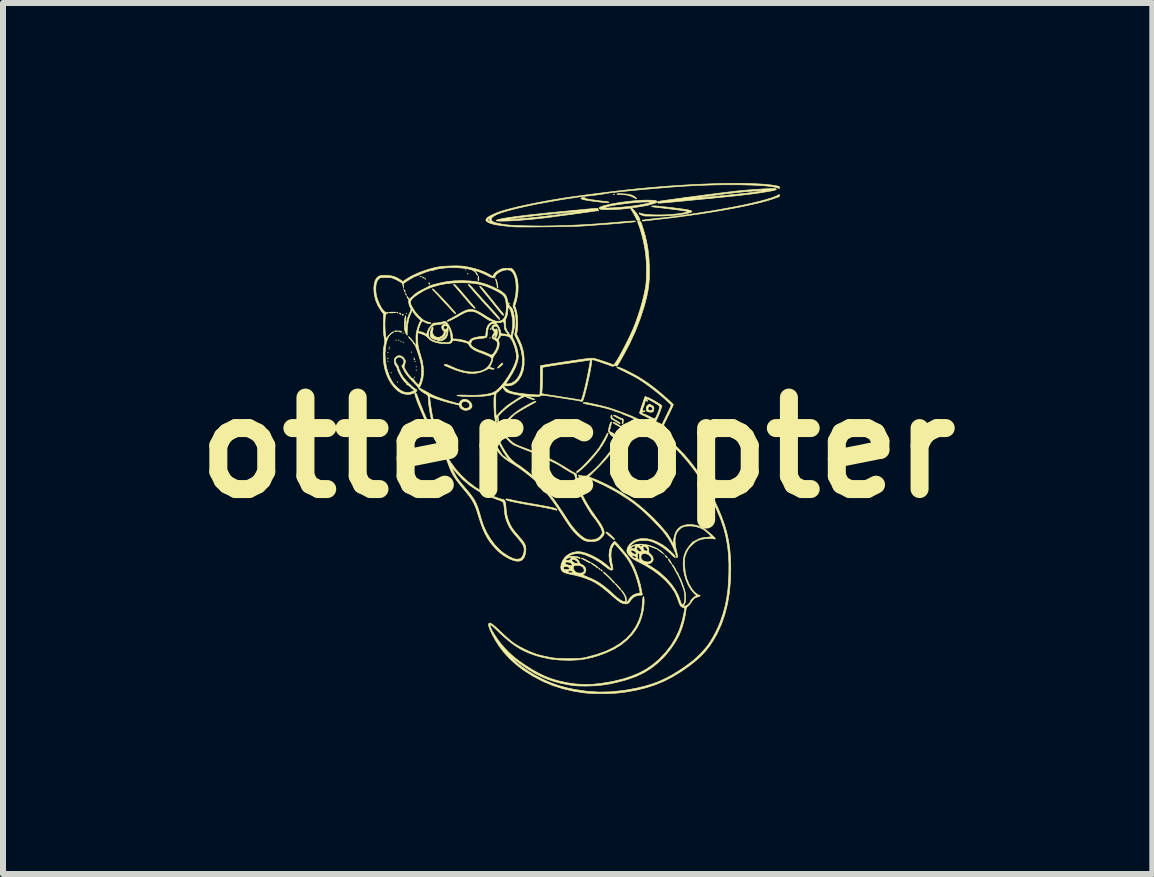
<source format=kicad_pcb>
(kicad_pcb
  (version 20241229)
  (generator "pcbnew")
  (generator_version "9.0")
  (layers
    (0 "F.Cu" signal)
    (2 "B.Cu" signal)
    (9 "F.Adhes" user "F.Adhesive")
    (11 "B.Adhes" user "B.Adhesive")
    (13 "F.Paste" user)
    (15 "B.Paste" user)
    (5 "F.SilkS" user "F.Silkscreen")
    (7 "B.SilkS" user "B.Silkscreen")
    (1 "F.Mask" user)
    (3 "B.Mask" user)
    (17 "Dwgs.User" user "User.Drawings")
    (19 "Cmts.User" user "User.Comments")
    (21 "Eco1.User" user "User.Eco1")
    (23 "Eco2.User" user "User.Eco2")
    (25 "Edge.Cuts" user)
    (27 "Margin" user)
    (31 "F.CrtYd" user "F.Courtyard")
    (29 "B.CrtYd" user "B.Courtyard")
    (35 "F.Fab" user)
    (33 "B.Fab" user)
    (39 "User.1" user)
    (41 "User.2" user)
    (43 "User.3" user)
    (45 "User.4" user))
  (footprint "ottercopter"
    (layer "F.Cu")
    (at 6.575 4.409)
    (property "Reference" "ottercopter" (at 0 0 0) (layer "F.SilkS") (effects (font (size 1.524 1.524) (thickness 0.3))))
    (attr through_hole)
    (fp_poly (pts (xy -3.157 -1.583) (xy -3.161 -1.578) (xy -3.166 -1.583) (xy -3.161 -1.587) (xy -3.157 -1.583)) (stroke (width 0.01) (type solid)) (fill yes) (layer "F.SilkS"))
    (fp_poly (pts (xy -3.157 -1.438) (xy -3.161 -1.433) (xy -3.166 -1.438) (xy -3.161 -1.442) (xy -3.157 -1.438)) (stroke (width 0.01) (type solid)) (fill yes) (layer "F.SilkS"))
    (fp_poly (pts (xy -3.139 -1.646) (xy -3.143 -1.642) (xy -3.148 -1.646) (xy -3.143 -1.651) (xy -3.139 -1.646)) (stroke (width 0.01) (type solid)) (fill yes) (layer "F.SilkS"))
    (fp_poly (pts (xy -3.13 -1.674) (xy -3.134 -1.669) (xy -3.139 -1.674) (xy -3.134 -1.678) (xy -3.13 -1.674)) (stroke (width 0.01) (type solid)) (fill yes) (layer "F.SilkS"))
    (fp_poly (pts (xy -3.102 -1.247) (xy -3.107 -1.243) (xy -3.111 -1.247) (xy -3.107 -1.252) (xy -3.102 -1.247)) (stroke (width 0.01) (type solid)) (fill yes) (layer "F.SilkS"))
    (fp_poly (pts (xy -3.021 -1.792) (xy -3.025 -1.787) (xy -3.03 -1.792) (xy -3.025 -1.796) (xy -3.021 -1.792)) (stroke (width 0.01) (type solid)) (fill yes) (layer "F.SilkS"))
    (fp_poly (pts (xy -2.994 -1.093) (xy -2.998 -1.089) (xy -3.003 -1.093) (xy -2.998 -1.098) (xy -2.994 -1.093)) (stroke (width 0.01) (type solid)) (fill yes) (layer "F.SilkS"))
    (fp_poly (pts (xy -2.975 -1.792) (xy -2.98 -1.787) (xy -2.985 -1.792) (xy -2.98 -1.796) (xy -2.975 -1.792)) (stroke (width 0.01) (type solid)) (fill yes) (layer "F.SilkS"))
    (fp_poly (pts (xy -2.939 -1.773) (xy -2.944 -1.769) (xy -2.948 -1.773) (xy -2.944 -1.778) (xy -2.939 -1.773)) (stroke (width 0.01) (type solid)) (fill yes) (layer "F.SilkS"))
    (fp_poly (pts (xy -2.903 -1.91) (xy -2.907 -1.905) (xy -2.912 -1.91) (xy -2.907 -1.914) (xy -2.903 -1.91)) (stroke (width 0.01) (type solid)) (fill yes) (layer "F.SilkS"))
    (fp_poly (pts (xy -2.903 -1.755) (xy -2.907 -1.751) (xy -2.912 -1.755) (xy -2.907 -1.76) (xy -2.903 -1.755)) (stroke (width 0.01) (type solid)) (fill yes) (layer "F.SilkS"))
    (fp_poly (pts (xy -2.894 -2.635) (xy -2.898 -2.631) (xy -2.903 -2.635) (xy -2.898 -2.64) (xy -2.894 -2.635)) (stroke (width 0.01) (type solid)) (fill yes) (layer "F.SilkS"))
    (fp_poly (pts (xy -2.848 -2.236) (xy -2.853 -2.232) (xy -2.857 -2.236) (xy -2.853 -2.241) (xy -2.848 -2.236)) (stroke (width 0.01) (type solid)) (fill yes) (layer "F.SilkS"))
    (fp_poly (pts (xy -2.767 -1.592) (xy -2.771 -1.587) (xy -2.776 -1.592) (xy -2.771 -1.597) (xy -2.767 -1.592)) (stroke (width 0.01) (type solid)) (fill yes) (layer "F.SilkS"))
    (fp_poly (pts (xy -2.721 -1.492) (xy -2.726 -1.488) (xy -2.731 -1.492) (xy -2.726 -1.497) (xy -2.721 -1.492)) (stroke (width 0.01) (type solid)) (fill yes) (layer "F.SilkS"))
    (fp_poly (pts (xy -2.712 -1.175) (xy -2.717 -1.17) (xy -2.721 -1.175) (xy -2.717 -1.179) (xy -2.712 -1.175)) (stroke (width 0.01) (type solid)) (fill yes) (layer "F.SilkS"))
    (fp_poly (pts (xy -2.703 -1.438) (xy -2.708 -1.433) (xy -2.712 -1.438) (xy -2.708 -1.442) (xy -2.703 -1.438)) (stroke (width 0.01) (type solid)) (fill yes) (layer "F.SilkS"))
    (fp_poly (pts (xy -2.685 -1.347) (xy -2.69 -1.343) (xy -2.694 -1.347) (xy -2.69 -1.352) (xy -2.685 -1.347)) (stroke (width 0.01) (type solid)) (fill yes) (layer "F.SilkS"))
    (fp_poly (pts (xy -2.685 -1.293) (xy -2.69 -1.288) (xy -2.694 -1.293) (xy -2.69 -1.297) (xy -2.685 -1.293)) (stroke (width 0.01) (type solid)) (fill yes) (layer "F.SilkS"))
    (fp_poly (pts (xy -2.531 -2.808) (xy -2.535 -2.803) (xy -2.54 -2.808) (xy -2.535 -2.812) (xy -2.531 -2.808)) (stroke (width 0.01) (type solid)) (fill yes) (layer "F.SilkS"))
    (fp_poly (pts (xy -1.86 -2.962) (xy -1.864 -2.957) (xy -1.869 -2.962) (xy -1.864 -2.966) (xy -1.86 -2.962)) (stroke (width 0.01) (type solid)) (fill yes) (layer "F.SilkS"))
    (fp_poly (pts (xy -1.134 -2.399) (xy -1.138 -2.395) (xy -1.143 -2.399) (xy -1.138 -2.404) (xy -1.134 -2.399)) (stroke (width 0.01) (type solid)) (fill yes) (layer "F.SilkS"))
    (fp_poly (pts (xy -3.16 -1.494) (xy -3.159 -1.483) (xy -3.16 -1.482) (xy -3.165 -1.483) (xy -3.166 -1.488) (xy -3.163 -1.495) (xy -3.16 -1.494)) (stroke (width 0.01) (type solid)) (fill yes) (layer "F.SilkS"))
    (fp_poly (pts (xy -2.988 -1.947) (xy -2.986 -1.937) (xy -2.988 -1.935) (xy -2.993 -1.936) (xy -2.994 -1.941) (xy -2.99 -1.949) (xy -2.988 -1.947)) (stroke (width 0.01) (type solid)) (fill yes) (layer "F.SilkS"))
    (fp_poly (pts (xy -2.87 -2.582) (xy -2.869 -2.572) (xy -2.87 -2.57) (xy -2.875 -2.571) (xy -2.876 -2.576) (xy -2.872 -2.584) (xy -2.87 -2.582)) (stroke (width 0.01) (type solid)) (fill yes) (layer "F.SilkS"))
    (fp_poly (pts (xy -2.606 -2.854) (xy -2.609 -2.85) (xy -2.618 -2.849) (xy -2.628 -2.851) (xy -2.623 -2.855) (xy -2.609 -2.856) (xy -2.606 -2.854)) (stroke (width 0.01) (type solid)) (fill yes) (layer "F.SilkS"))
    (fp_poly (pts (xy -2.543 -2.827) (xy -2.544 -2.822) (xy -2.549 -2.821) (xy -2.557 -2.825) (xy -2.555 -2.827) (xy -2.544 -2.828) (xy -2.543 -2.827)) (stroke (width 0.01) (type solid)) (fill yes) (layer "F.SilkS"))
    (fp_poly (pts (xy -1.826 -2.9) (xy -1.828 -2.894) (xy -1.832 -2.894) (xy -1.84 -2.897) (xy -1.838 -2.9) (xy -1.828 -2.901) (xy -1.826 -2.9)) (stroke (width 0.01) (type solid)) (fill yes) (layer "F.SilkS"))
    (fp_poly (pts (xy -1.454 -1.829) (xy -1.456 -1.824) (xy -1.46 -1.823) (xy -1.468 -1.827) (xy -1.467 -1.829) (xy -1.456 -1.83) (xy -1.454 -1.829)) (stroke (width 0.01) (type solid)) (fill yes) (layer "F.SilkS"))
    (fp_poly (pts (xy 0.614 -4.224) (xy 0.612 -4.22) (xy 0.602 -4.219) (xy 0.593 -4.221) (xy 0.597 -4.224) (xy 0.611 -4.225) (xy 0.614 -4.224)) (stroke (width 0.01) (type solid)) (fill yes) (layer "F.SilkS"))
    (fp_poly (pts (xy -3 -2.252) (xy -2.998 -2.25) (xy -2.995 -2.242) (xy -3.003 -2.245) (xy -3.012 -2.25) (xy -3.019 -2.257) (xy -3.015 -2.259) (xy -3 -2.252)) (stroke (width 0.01) (type solid)) (fill yes) (layer "F.SilkS"))
    (fp_poly (pts (xy -2.956 -2.243) (xy -2.948 -2.236) (xy -2.943 -2.225) (xy -2.95 -2.223) (xy -2.965 -2.231) (xy -2.972 -2.24) (xy -2.968 -2.244) (xy -2.956 -2.243)) (stroke (width 0.01) (type solid)) (fill yes) (layer "F.SilkS"))
    (fp_poly (pts (xy -2.877 -2.623) (xy -2.876 -2.613) (xy -2.878 -2.597) (xy -2.883 -2.598) (xy -2.888 -2.608) (xy -2.888 -2.622) (xy -2.884 -2.626) (xy -2.877 -2.623)) (stroke (width 0.01) (type solid)) (fill yes) (layer "F.SilkS"))
    (fp_poly (pts (xy -2.723 -1.475) (xy -2.713 -1.466) (xy -2.715 -1.461) (xy -2.716 -1.46) (xy -2.724 -1.467) (xy -2.727 -1.471) (xy -2.728 -1.477) (xy -2.723 -1.475)) (stroke (width 0.01) (type solid)) (fill yes) (layer "F.SilkS"))
    (fp_poly (pts (xy -3.03 -1.943) (xy -3.03 -1.941) (xy -3.037 -1.932) (xy -3.039 -1.932) (xy -3.048 -1.939) (xy -3.048 -1.941) (xy -3.041 -1.95) (xy -3.039 -1.95) (xy -3.03 -1.943)) (stroke (width 0.01) (type solid)) (fill yes) (layer "F.SilkS"))
    (fp_poly (pts (xy -3.003 -1.943) (xy -3.003 -1.941) (xy -3.01 -1.932) (xy -3.012 -1.932) (xy -3.021 -1.939) (xy -3.021 -1.941) (xy -3.014 -1.95) (xy -3.012 -1.95) (xy -3.003 -1.943)) (stroke (width 0.01) (type solid)) (fill yes) (layer "F.SilkS"))
    (fp_poly (pts (xy -2.905 -2.218) (xy -2.903 -2.213) (xy -2.909 -2.205) (xy -2.911 -2.204) (xy -2.924 -2.211) (xy -2.926 -2.213) (xy -2.923 -2.221) (xy -2.917 -2.223) (xy -2.905 -2.218)) (stroke (width 0.01) (type solid)) (fill yes) (layer "F.SilkS"))
    (fp_poly (pts (xy -2.857 -2.554) (xy -2.849 -2.545) (xy -2.848 -2.544) (xy -2.855 -2.54) (xy -2.857 -2.54) (xy -2.866 -2.547) (xy -2.867 -2.55) (xy -2.861 -2.555) (xy -2.857 -2.554)) (stroke (width 0.01) (type solid)) (fill yes) (layer "F.SilkS"))
    (fp_poly (pts (xy -2.575 -2.841) (xy -2.568 -2.83) (xy -2.569 -2.826) (xy -2.578 -2.826) (xy -2.579 -2.827) (xy -2.585 -2.841) (xy -2.585 -2.843) (xy -2.581 -2.846) (xy -2.575 -2.841)) (stroke (width 0.01) (type solid)) (fill yes) (layer "F.SilkS"))
    (fp_poly (pts (xy -2.468 -2.741) (xy -2.467 -2.735) (xy -2.469 -2.723) (xy -2.471 -2.721) (xy -2.477 -2.729) (xy -2.48 -2.735) (xy -2.48 -2.747) (xy -2.476 -2.749) (xy -2.468 -2.741)) (stroke (width 0.01) (type solid)) (fill yes) (layer "F.SilkS"))
    (fp_poly (pts (xy -1.442 -1.98) (xy -1.442 -1.978) (xy -1.449 -1.969) (xy -1.452 -1.968) (xy -1.457 -1.974) (xy -1.456 -1.978) (xy -1.448 -1.986) (xy -1.446 -1.987) (xy -1.442 -1.98)) (stroke (width 0.01) (type solid)) (fill yes) (layer "F.SilkS"))
    (fp_poly (pts (xy 0.365 2.012) (xy 0.371 2.023) (xy 0.371 2.027) (xy 0.361 2.027) (xy 0.36 2.026) (xy 0.354 2.012) (xy 0.354 2.011) (xy 0.358 2.007) (xy 0.365 2.012)) (stroke (width 0.01) (type solid)) (fill yes) (layer "F.SilkS"))
    (fp_poly (pts (xy 0.398 2.038) (xy 0.403 2.042) (xy 0.413 2.054) (xy 0.411 2.059) (xy 0.398 2.053) (xy 0.39 2.045) (xy 0.381 2.032) (xy 0.385 2.029) (xy 0.398 2.038)) (stroke (width 0.01) (type solid)) (fill yes) (layer "F.SilkS"))
    (fp_poly (pts (xy -2.954 -1.943) (xy -2.939 -1.936) (xy -2.934 -1.931) (xy -2.936 -1.925) (xy -2.949 -1.925) (xy -2.964 -1.929) (xy -2.975 -1.938) (xy -2.975 -1.941) (xy -2.969 -1.945) (xy -2.954 -1.943)) (stroke (width 0.01) (type solid)) (fill yes) (layer "F.SilkS"))
    (fp_poly (pts (xy 1.461 1.796) (xy 1.475 1.807) (xy 1.49 1.824) (xy 1.496 1.835) (xy 1.495 1.837) (xy 1.487 1.835) (xy 1.477 1.826) (xy 1.462 1.806) (xy 1.456 1.795) (xy 1.461 1.796)) (stroke (width 0.01) (type solid)) (fill yes) (layer "F.SilkS"))
    (fp_poly (pts (xy -1.65 -2.842) (xy -1.647 -2.82) (xy -1.647 -2.798) (xy -1.65 -2.782) (xy -1.652 -2.78) (xy -1.657 -2.785) (xy -1.66 -2.803) (xy -1.66 -2.818) (xy -1.659 -2.841) (xy -1.657 -2.854) (xy -1.655 -2.855) (xy -1.65 -2.842)) (stroke (width 0.01) (type solid)) (fill yes) (layer "F.SilkS"))
    (fp_poly (pts (xy -3.058 -2.257) (xy -3.038 -2.256) (xy -3.032 -2.254) (xy -3.032 -2.254) (xy -3.043 -2.25) (xy -3.066 -2.247) (xy -3.093 -2.246) (xy -3.12 -2.245) (xy -3.14 -2.247) (xy -3.148 -2.25) (xy -3.14 -2.254) (xy -3.118 -2.257) (xy -3.088 -2.258) (xy -3.058 -2.257)) (stroke (width 0.01) (type solid)) (fill yes) (layer "F.SilkS"))
    (fp_poly (pts (xy -1.249 -1.407) (xy -1.247 -1.397) (xy -1.254 -1.386) (xy -1.271 -1.368) (xy -1.293 -1.349) (xy -1.315 -1.334) (xy -1.332 -1.325) (xy -1.335 -1.324) (xy -1.335 -1.33) (xy -1.324 -1.346) (xy -1.305 -1.368) (xy -1.277 -1.395) (xy -1.259 -1.409) (xy -1.249 -1.407)) (stroke (width 0.01) (type solid)) (fill yes) (layer "F.SilkS"))
    (fp_poly (pts (xy -0.834 -0.85) (xy -0.806 -0.842) (xy -0.776 -0.831) (xy -0.747 -0.82) (xy -0.727 -0.811) (xy -0.722 -0.807) (xy -0.719 -0.8) (xy -0.731 -0.799) (xy -0.755 -0.804) (xy -0.787 -0.815) (xy -0.8 -0.82) (xy -0.836 -0.835) (xy -0.856 -0.845) (xy -0.86 -0.851) (xy -0.851 -0.853) (xy -0.834 -0.85)) (stroke (width 0.01) (type solid)) (fill yes) (layer "F.SilkS"))
    (fp_poly (pts (xy 1.517 1.851) (xy 1.523 1.861) (xy 1.536 1.879) (xy 1.538 1.882) (xy 1.552 1.905) (xy 1.563 1.925) (xy 1.567 1.939) (xy 1.566 1.941) (xy 1.56 1.935) (xy 1.546 1.917) (xy 1.534 1.9) (xy 1.518 1.877) (xy 1.51 1.859) (xy 1.509 1.853) (xy 1.517 1.851) (xy 1.517 1.851)) (stroke (width 0.01) (type solid)) (fill yes) (layer "F.SilkS"))
    (fp_poly (pts (xy -1.365 -2.812) (xy -1.356 -2.798) (xy -1.348 -2.774) (xy -1.34 -2.744) (xy -1.334 -2.713) (xy -1.33 -2.685) (xy -1.33 -2.665) (xy -1.334 -2.658) (xy -1.339 -2.666) (xy -1.343 -2.686) (xy -1.343 -2.692) (xy -1.346 -2.721) (xy -1.354 -2.756) (xy -1.36 -2.774) (xy -1.368 -2.801) (xy -1.369 -2.813) (xy -1.365 -2.812)) (stroke (width 0.01) (type solid)) (fill yes) (layer "F.SilkS"))
    (fp_poly (pts (xy 0.249 1.932) (xy 0.278 1.949) (xy 0.305 1.968) (xy 0.328 1.986) (xy 0.342 2.001) (xy 0.344 2.008) (xy 0.335 2.006) (xy 0.317 1.995) (xy 0.308 1.987) (xy 0.288 1.971) (xy 0.273 1.961) (xy 0.269 1.96) (xy 0.259 1.954) (xy 0.242 1.939) (xy 0.238 1.936) (xy 0.213 1.912) (xy 0.249 1.932)) (stroke (width 0.01) (type solid)) (fill yes) (layer "F.SilkS"))
    (fp_poly (pts (xy 0.494 1.411) (xy 0.52 1.429) (xy 0.555 1.46) (xy 0.565 1.469) (xy 0.596 1.501) (xy 0.613 1.522) (xy 0.616 1.532) (xy 0.607 1.531) (xy 0.587 1.518) (xy 0.556 1.494) (xy 0.536 1.477) (xy 0.508 1.452) (xy 0.486 1.431) (xy 0.474 1.417) (xy 0.472 1.414) (xy 0.477 1.405) (xy 0.494 1.411)) (stroke (width 0.01) (type solid)) (fill yes) (layer "F.SilkS"))
    (fp_poly (pts (xy 0.074 1.842) (xy 0.094 1.849) (xy 0.118 1.859) (xy 0.141 1.87) (xy 0.154 1.878) (xy 0.176 1.891) (xy 0.193 1.899) (xy 0.206 1.908) (xy 0.209 1.914) (xy 0.207 1.922) (xy 0.206 1.922) (xy 0.198 1.918) (xy 0.177 1.907) (xy 0.148 1.892) (xy 0.136 1.885) (xy 0.104 1.868) (xy 0.078 1.853) (xy 0.062 1.843) (xy 0.06 1.841) (xy 0.061 1.838) (xy 0.074 1.842)) (stroke (width 0.01) (type solid)) (fill yes) (layer "F.SilkS"))
    (fp_poly (pts (xy 0.639 2.27) (xy 0.654 2.286) (xy 0.677 2.312) (xy 0.7 2.336) (xy 0.705 2.342) (xy 0.719 2.361) (xy 0.718 2.371) (xy 0.717 2.372) (xy 0.708 2.372) (xy 0.708 2.37) (xy 0.702 2.359) (xy 0.687 2.34) (xy 0.676 2.329) (xy 0.657 2.308) (xy 0.646 2.291) (xy 0.644 2.286) (xy 0.639 2.28) (xy 0.635 2.281) (xy 0.628 2.279) (xy 0.626 2.271) (xy 0.629 2.264) (xy 0.639 2.27)) (stroke (width 0.01) (type solid)) (fill yes) (layer "F.SilkS"))
    (fp_poly (pts (xy 0.715 -4.232) (xy 0.723 -4.231) (xy 0.789 -4.227) (xy 0.84 -4.222) (xy 0.88 -4.214) (xy 0.912 -4.203) (xy 0.94 -4.188) (xy 0.966 -4.169) (xy 0.982 -4.153) (xy 0.983 -4.147) (xy 0.97 -4.15) (xy 0.953 -4.159) (xy 0.891 -4.189) (xy 0.827 -4.208) (xy 0.757 -4.217) (xy 0.71 -4.218) (xy 0.68 -4.219) (xy 0.66 -4.222) (xy 0.653 -4.226) (xy 0.661 -4.23) (xy 0.684 -4.232) (xy 0.715 -4.232)) (stroke (width 0.01) (type solid)) (fill yes) (layer "F.SilkS"))
    (fp_poly (pts (xy -2.805 -1.843) (xy -2.784 -1.822) (xy -2.758 -1.79) (xy -2.734 -1.758) (xy -2.715 -1.731) (xy -2.706 -1.715) (xy -2.705 -1.707) (xy -2.711 -1.705) (xy -2.712 -1.705) (xy -2.72 -1.713) (xy -2.721 -1.719) (xy -2.726 -1.731) (xy -2.731 -1.733) (xy -2.739 -1.74) (xy -2.74 -1.742) (xy -2.742 -1.752) (xy -2.752 -1.766) (xy -2.77 -1.788) (xy -2.795 -1.815) (xy -2.812 -1.835) (xy -2.82 -1.848) (xy -2.819 -1.851) (xy -2.805 -1.843)) (stroke (width 0.01) (type solid)) (fill yes) (layer "F.SilkS"))
    (fp_poly (pts (xy 0.569 -0.536) (xy 0.572 -0.518) (xy 0.573 -0.504) (xy 0.58 -0.492) (xy 0.596 -0.479) (xy 0.624 -0.463) (xy 0.64 -0.454) (xy 0.67 -0.436) (xy 0.694 -0.421) (xy 0.706 -0.41) (xy 0.708 -0.408) (xy 0.705 -0.401) (xy 0.695 -0.402) (xy 0.675 -0.412) (xy 0.648 -0.429) (xy 0.619 -0.447) (xy 0.592 -0.463) (xy 0.578 -0.469) (xy 0.561 -0.481) (xy 0.554 -0.499) (xy 0.553 -0.512) (xy 0.556 -0.533) (xy 0.561 -0.544) (xy 0.562 -0.544) (xy 0.569 -0.536)) (stroke (width 0.01) (type solid)) (fill yes) (layer "F.SilkS"))
    (fp_poly (pts (xy 0.613 -0.542) (xy 0.634 -0.534) (xy 0.667 -0.517) (xy 0.676 -0.513) (xy 0.707 -0.497) (xy 0.733 -0.486) (xy 0.749 -0.481) (xy 0.75 -0.481) (xy 0.758 -0.476) (xy 0.761 -0.46) (xy 0.76 -0.438) (xy 0.757 -0.413) (xy 0.751 -0.396) (xy 0.748 -0.393) (xy 0.743 -0.399) (xy 0.742 -0.419) (xy 0.742 -0.424) (xy 0.745 -0.459) (xy 0.672 -0.493) (xy 0.64 -0.51) (xy 0.614 -0.524) (xy 0.6 -0.534) (xy 0.599 -0.536) (xy 0.602 -0.543) (xy 0.613 -0.542)) (stroke (width 0.01) (type solid)) (fill yes) (layer "F.SilkS"))
    (fp_poly (pts (xy 0.438 2.074) (xy 0.453 2.085) (xy 0.476 2.105) (xy 0.504 2.132) (xy 0.534 2.161) (xy 0.563 2.191) (xy 0.588 2.218) (xy 0.607 2.239) (xy 0.616 2.252) (xy 0.617 2.254) (xy 0.61 2.259) (xy 0.608 2.259) (xy 0.599 2.253) (xy 0.599 2.251) (xy 0.593 2.242) (xy 0.576 2.223) (xy 0.554 2.199) (xy 0.527 2.172) (xy 0.501 2.146) (xy 0.477 2.124) (xy 0.46 2.109) (xy 0.452 2.105) (xy 0.443 2.098) (xy 0.435 2.086) (xy 0.429 2.072) (xy 0.434 2.072) (xy 0.438 2.074)) (stroke (width 0.01) (type solid)) (fill yes) (layer "F.SilkS"))
    (fp_poly (pts (xy 0.601 -0.424) (xy 0.621 -0.415) (xy 0.653 -0.397) (xy 0.678 -0.383) (xy 0.707 -0.364) (xy 0.729 -0.347) (xy 0.74 -0.334) (xy 0.74 -0.333) (xy 0.74 -0.314) (xy 0.733 -0.282) (xy 0.721 -0.24) (xy 0.706 -0.197) (xy 0.696 -0.18) (xy 0.687 -0.172) (xy 0.681 -0.177) (xy 0.68 -0.181) (xy 0.683 -0.193) (xy 0.69 -0.218) (xy 0.7 -0.251) (xy 0.703 -0.26) (xy 0.714 -0.302) (xy 0.719 -0.329) (xy 0.716 -0.34) (xy 0.704 -0.348) (xy 0.681 -0.361) (xy 0.651 -0.376) (xy 0.623 -0.392) (xy 0.601 -0.406) (xy 0.591 -0.416) (xy 0.592 -0.424) (xy 0.601 -0.424)) (stroke (width 0.01) (type solid)) (fill yes) (layer "F.SilkS"))
    (fp_poly (pts (xy -2.41 -2.643) (xy -2.391 -2.628) (xy -2.362 -2.6) (xy -2.321 -2.559) (xy -2.269 -2.504) (xy -2.206 -2.437) (xy -2.176 -2.404) (xy -2.127 -2.35) (xy -2.09 -2.309) (xy -2.063 -2.278) (xy -2.045 -2.257) (xy -2.035 -2.243) (xy -2.032 -2.237) (xy -2.035 -2.231) (xy -2.047 -2.237) (xy -2.066 -2.255) (xy -2.096 -2.286) (xy -2.114 -2.306) (xy -2.144 -2.339) (xy -2.17 -2.368) (xy -2.19 -2.39) (xy -2.2 -2.4) (xy -2.213 -2.414) (xy -2.235 -2.437) (xy -2.263 -2.468) (xy -2.294 -2.502) (xy -2.295 -2.503) (xy -2.327 -2.538) (xy -2.358 -2.571) (xy -2.383 -2.597) (xy -2.399 -2.613) (xy -2.414 -2.631) (xy -2.42 -2.644) (xy -2.419 -2.646) (xy -2.41 -2.643)) (stroke (width 0.01) (type solid)) (fill yes) (layer "F.SilkS"))
    (fp_poly (pts (xy 0.115 -4.166) (xy 0.114 -4.165) (xy 0.117 -4.157) (xy 0.137 -4.149) (xy 0.173 -4.141) (xy 0.226 -4.132) (xy 0.259 -4.128) (xy 0.299 -4.122) (xy 0.335 -4.118) (xy 0.361 -4.114) (xy 0.367 -4.113) (xy 0.391 -4.11) (xy 0.425 -4.106) (xy 0.454 -4.104) (xy 0.485 -4.1) (xy 0.51 -4.095) (xy 0.521 -4.09) (xy 0.519 -4.085) (xy 0.501 -4.083) (xy 0.467 -4.084) (xy 0.42 -4.087) (xy 0.361 -4.094) (xy 0.306 -4.1) (xy 0.221 -4.112) (xy 0.154 -4.122) (xy 0.104 -4.131) (xy 0.073 -4.14) (xy 0.058 -4.147) (xy 0.058 -4.147) (xy 0.055 -4.155) (xy 0.061 -4.161) (xy 0.08 -4.166) (xy 0.09 -4.168) (xy 0.11 -4.171) (xy 0.115 -4.166)) (stroke (width 0.01) (type solid)) (fill yes) (layer "F.SilkS"))
    (fp_poly (pts (xy 1.233 -0.706) (xy 1.256 -0.692) (xy 1.267 -0.679) (xy 1.27 -0.659) (xy 1.27 -0.649) (xy 1.267 -0.622) (xy 1.261 -0.603) (xy 1.259 -0.601) (xy 1.241 -0.593) (xy 1.214 -0.591) (xy 1.184 -0.595) (xy 1.163 -0.602) (xy 1.15 -0.613) (xy 1.144 -0.631) (xy 1.143 -0.65) (xy 1.144 -0.66) (xy 1.171 -0.66) (xy 1.174 -0.637) (xy 1.181 -0.628) (xy 1.202 -0.618) (xy 1.226 -0.62) (xy 1.242 -0.63) (xy 1.248 -0.648) (xy 1.241 -0.666) (xy 1.225 -0.68) (xy 1.205 -0.687) (xy 1.185 -0.682) (xy 1.183 -0.68) (xy 1.171 -0.66) (xy 1.144 -0.66) (xy 1.145 -0.677) (xy 1.155 -0.695) (xy 1.169 -0.707) (xy 1.196 -0.726) (xy 1.233 -0.706)) (stroke (width 0.01) (type solid)) (fill yes) (layer "F.SilkS"))
    (fp_poly (pts (xy -2.052 -2.72) (xy -2.043 -2.714) (xy -2.031 -2.703) (xy -2.014 -2.686) (xy -1.991 -2.66) (xy -1.96 -2.625) (xy -1.921 -2.579) (xy -1.871 -2.521) (xy -1.853 -2.499) (xy -1.815 -2.455) (xy -1.781 -2.414) (xy -1.752 -2.38) (xy -1.73 -2.355) (xy -1.718 -2.34) (xy -1.716 -2.338) (xy -1.707 -2.325) (xy -1.71 -2.321) (xy -1.721 -2.326) (xy -1.738 -2.337) (xy -1.754 -2.352) (xy -1.773 -2.372) (xy -1.795 -2.397) (xy -1.822 -2.428) (xy -1.857 -2.469) (xy -1.882 -2.499) (xy -1.905 -2.525) (xy -1.926 -2.55) (xy -1.936 -2.562) (xy -1.952 -2.58) (xy -1.974 -2.605) (xy -1.996 -2.631) (xy -2.019 -2.659) (xy -2.039 -2.682) (xy -2.052 -2.696) (xy -2.066 -2.712) (xy -2.066 -2.72) (xy -2.057 -2.721) (xy -2.052 -2.72)) (stroke (width 0.01) (type solid)) (fill yes) (layer "F.SilkS"))
    (fp_poly (pts (xy -1.618 -2.686) (xy -1.598 -2.667) (xy -1.569 -2.635) (xy -1.53 -2.589) (xy -1.514 -2.569) (xy -1.454 -2.495) (xy -1.405 -2.434) (xy -1.365 -2.385) (xy -1.334 -2.346) (xy -1.309 -2.315) (xy -1.29 -2.292) (xy -1.276 -2.275) (xy -1.265 -2.263) (xy -1.258 -2.254) (xy -1.254 -2.25) (xy -1.239 -2.229) (xy -1.234 -2.213) (xy -1.237 -2.205) (xy -1.249 -2.209) (xy -1.262 -2.221) (xy -1.272 -2.233) (xy -1.292 -2.256) (xy -1.318 -2.289) (xy -1.349 -2.327) (xy -1.374 -2.359) (xy -1.407 -2.4) (xy -1.437 -2.438) (xy -1.462 -2.469) (xy -1.479 -2.491) (xy -1.486 -2.499) (xy -1.532 -2.555) (xy -1.571 -2.602) (xy -1.601 -2.64) (xy -1.622 -2.667) (xy -1.632 -2.683) (xy -1.633 -2.685) (xy -1.629 -2.692) (xy -1.618 -2.686)) (stroke (width 0.01) (type solid)) (fill yes) (layer "F.SilkS"))
    (fp_poly (pts (xy 0.507 -0.243) (xy 0.505 -0.227) (xy 0.495 -0.197) (xy 0.459 -0.122) (xy 0.411 -0.041) (xy 0.352 0.045) (xy 0.283 0.132) (xy 0.208 0.218) (xy 0.129 0.3) (xy 0.047 0.375) (xy 0.042 0.379) (xy 0.013 0.403) (xy -0.006 0.415) (xy -0.016 0.415) (xy -0.018 0.406) (xy -0.011 0.393) (xy 0.006 0.379) (xy 0.007 0.379) (xy 0.033 0.359) (xy 0.067 0.328) (xy 0.108 0.288) (xy 0.153 0.242) (xy 0.199 0.192) (xy 0.245 0.14) (xy 0.288 0.091) (xy 0.325 0.045) (xy 0.354 0.006) (xy 0.373 -0.023) (xy 0.375 -0.027) (xy 0.383 -0.042) (xy 0.397 -0.066) (xy 0.412 -0.091) (xy 0.433 -0.126) (xy 0.456 -0.168) (xy 0.472 -0.199) (xy 0.489 -0.23) (xy 0.501 -0.244) (xy 0.507 -0.243)) (stroke (width 0.01) (type solid)) (fill yes) (layer "F.SilkS"))
    (fp_poly (pts (xy -1.171 0.855) (xy -1.144 0.86) (xy -1.103 0.869) (xy -1.078 0.875) (xy -1.043 0.883) (xy -0.994 0.893) (xy -0.934 0.904) (xy -0.867 0.917) (xy -0.797 0.929) (xy -0.739 0.939) (xy -0.641 0.956) (xy -0.56 0.971) (xy -0.494 0.983) (xy -0.442 0.995) (xy -0.402 1.004) (xy -0.374 1.013) (xy -0.356 1.022) (xy -0.347 1.029) (xy -0.345 1.036) (xy -0.345 1.04) (xy -0.349 1.042) (xy -0.361 1.04) (xy -0.382 1.035) (xy -0.417 1.026) (xy -0.422 1.025) (xy -0.449 1.018) (xy -0.49 1.01) (xy -0.543 1) (xy -0.604 0.988) (xy -0.668 0.977) (xy -0.708 0.97) (xy -0.825 0.95) (xy -0.926 0.932) (xy -1.01 0.916) (xy -1.077 0.902) (xy -1.129 0.89) (xy -1.166 0.879) (xy -1.189 0.87) (xy -1.197 0.863) (xy -1.197 0.862) (xy -1.195 0.856) (xy -1.188 0.854) (xy -1.171 0.855)) (stroke (width 0.01) (type solid)) (fill yes) (layer "F.SilkS"))
    (fp_poly (pts (xy -1.803 -2.714) (xy -1.778 -2.69) (xy -1.743 -2.652) (xy -1.74 -2.648) (xy -1.716 -2.622) (xy -1.689 -2.591) (xy -1.66 -2.559) (xy -1.633 -2.528) (xy -1.611 -2.503) (xy -1.596 -2.486) (xy -1.592 -2.482) (xy -1.582 -2.471) (xy -1.563 -2.45) (xy -1.539 -2.424) (xy -1.529 -2.413) (xy -1.496 -2.377) (xy -1.459 -2.336) (xy -1.427 -2.301) (xy -1.425 -2.299) (xy -1.388 -2.259) (xy -1.355 -2.221) (xy -1.327 -2.188) (xy -1.308 -2.164) (xy -1.298 -2.149) (xy -1.297 -2.147) (xy -1.299 -2.136) (xy -1.309 -2.139) (xy -1.328 -2.155) (xy -1.335 -2.164) (xy -1.36 -2.192) (xy -1.395 -2.231) (xy -1.438 -2.279) (xy -1.487 -2.332) (xy -1.528 -2.377) (xy -1.573 -2.426) (xy -1.619 -2.477) (xy -1.664 -2.527) (xy -1.706 -2.575) (xy -1.745 -2.619) (xy -1.777 -2.657) (xy -1.802 -2.687) (xy -1.818 -2.707) (xy -1.823 -2.716) (xy -1.818 -2.722) (xy -1.803 -2.714)) (stroke (width 0.01) (type solid)) (fill yes) (layer "F.SilkS"))
    (fp_poly (pts (xy 3.364 -4.211) (xy 3.365 -4.201) (xy 3.358 -4.184) (xy 3.35 -4.179) (xy 3.335 -4.174) (xy 3.307 -4.165) (xy 3.271 -4.152) (xy 3.239 -4.141) (xy 3.157 -4.115) (xy 3.058 -4.088) (xy 2.944 -4.061) (xy 2.817 -4.033) (xy 2.677 -4.004) (xy 2.527 -3.976) (xy 2.367 -3.948) (xy 2.2 -3.92) (xy 2.026 -3.893) (xy 1.847 -3.868) (xy 1.665 -3.843) (xy 1.481 -3.82) (xy 1.296 -3.799) (xy 1.275 -3.797) (xy 1.225 -3.791) (xy 1.18 -3.786) (xy 1.143 -3.782) (xy 1.118 -3.778) (xy 1.114 -3.778) (xy 1.092 -3.776) (xy 1.077 -3.78) (xy 1.076 -3.781) (xy 1.075 -3.785) (xy 1.078 -3.788) (xy 1.088 -3.792) (xy 1.105 -3.795) (xy 1.132 -3.799) (xy 1.17 -3.804) (xy 1.221 -3.809) (xy 1.287 -3.816) (xy 1.361 -3.824) (xy 1.434 -3.831) (xy 1.503 -3.839) (xy 1.57 -3.847) (xy 1.638 -3.855) (xy 1.709 -3.865) (xy 1.787 -3.876) (xy 1.873 -3.889) (xy 1.972 -3.904) (xy 2.086 -3.921) (xy 2.1 -3.924) (xy 2.284 -3.953) (xy 2.457 -3.984) (xy 2.619 -4.014) (xy 2.769 -4.044) (xy 2.905 -4.074) (xy 3.027 -4.104) (xy 3.134 -4.132) (xy 3.225 -4.16) (xy 3.277 -4.179) (xy 3.308 -4.191) (xy 3.331 -4.202) (xy 3.343 -4.21) (xy 3.343 -4.21) (xy 3.355 -4.218) (xy 3.364 -4.211)) (stroke (width 0.01) (type solid)) (fill yes) (layer "F.SilkS"))
    (fp_poly (pts (xy 1.306 -4.027) (xy 1.346 -4.023) (xy 1.397 -4.018) (xy 1.457 -4.012) (xy 1.523 -4.004) (xy 1.59 -3.997) (xy 1.656 -3.988) (xy 1.718 -3.98) (xy 1.772 -3.973) (xy 1.815 -3.966) (xy 1.828 -3.964) (xy 1.872 -3.954) (xy 1.897 -3.945) (xy 1.904 -3.935) (xy 1.893 -3.925) (xy 1.864 -3.914) (xy 1.835 -3.906) (xy 1.766 -3.892) (xy 1.697 -3.88) (xy 1.623 -3.872) (xy 1.542 -3.866) (xy 1.448 -3.862) (xy 1.361 -3.86) (xy 1.298 -3.859) (xy 1.24 -3.859) (xy 1.19 -3.859) (xy 1.15 -3.859) (xy 1.124 -3.86) (xy 1.116 -3.861) (xy 1.07 -3.873) (xy 1.039 -3.887) (xy 1.025 -3.9) (xy 1.021 -3.91) (xy 1.026 -3.912) (xy 1.042 -3.908) (xy 1.055 -3.903) (xy 1.096 -3.893) (xy 1.152 -3.886) (xy 1.22 -3.881) (xy 1.296 -3.878) (xy 1.379 -3.878) (xy 1.464 -3.88) (xy 1.549 -3.885) (xy 1.63 -3.892) (xy 1.704 -3.901) (xy 1.737 -3.906) (xy 1.784 -3.916) (xy 1.814 -3.923) (xy 1.827 -3.93) (xy 1.824 -3.936) (xy 1.812 -3.94) (xy 1.796 -3.943) (xy 1.766 -3.948) (xy 1.723 -3.954) (xy 1.671 -3.961) (xy 1.613 -3.968) (xy 1.552 -3.976) (xy 1.491 -3.984) (xy 1.432 -3.991) (xy 1.38 -3.997) (xy 1.335 -4.002) (xy 1.303 -4.006) (xy 1.297 -4.006) (xy 1.26 -4.011) (xy 1.237 -4.016) (xy 1.23 -4.021) (xy 1.24 -4.025) (xy 1.267 -4.028) (xy 1.28 -4.028) (xy 1.306 -4.027)) (stroke (width 0.01) (type solid)) (fill yes) (layer "F.SilkS"))
    (fp_poly (pts (xy 1.204 -4.124) (xy 1.254 -4.121) (xy 1.292 -4.117) (xy 1.312 -4.112) (xy 1.325 -4.103) (xy 1.321 -4.091) (xy 1.302 -4.079) (xy 1.272 -4.068) (xy 1.239 -4.059) (xy 1.208 -4.05) (xy 1.193 -4.045) (xy 1.167 -4.039) (xy 1.129 -4.031) (xy 1.084 -4.023) (xy 1.036 -4.015) (xy 0.992 -4.008) (xy 0.954 -4.003) (xy 0.929 -4.001) (xy 0.926 -4) (xy 0.894 -4) (xy 0.941 -3.953) (xy 0.963 -3.927) (xy 0.986 -3.896) (xy 1.007 -3.863) (xy 1.024 -3.832) (xy 1.035 -3.807) (xy 1.038 -3.791) (xy 1.037 -3.788) (xy 1.024 -3.784) (xy 1.01 -3.783) (xy 0.995 -3.787) (xy 0.982 -3.802) (xy 0.971 -3.826) (xy 0.956 -3.856) (xy 0.936 -3.893) (xy 0.915 -3.93) (xy 0.914 -3.931) (xy 0.877 -3.993) (xy 0.84 -3.988) (xy 0.785 -3.981) (xy 0.723 -3.975) (xy 0.656 -3.971) (xy 0.589 -3.968) (xy 0.526 -3.966) (xy 0.469 -3.966) (xy 0.422 -3.968) (xy 0.389 -3.971) (xy 0.386 -3.972) (xy 0.362 -3.98) (xy 0.355 -3.99) (xy 0.361 -3.998) (xy 0.449 -3.998) (xy 0.454 -3.995) (xy 0.474 -3.993) (xy 0.509 -3.993) (xy 0.555 -3.995) (xy 0.612 -3.998) (xy 0.677 -4.002) (xy 0.748 -4.008) (xy 0.768 -4.01) (xy 0.875 -4.021) (xy 0.973 -4.034) (xy 1.071 -4.051) (xy 1.177 -4.072) (xy 1.211 -4.08) (xy 1.238 -4.086) (xy 1.206 -4.091) (xy 1.172 -4.094) (xy 1.125 -4.094) (xy 1.067 -4.092) (xy 1.001 -4.088) (xy 0.93 -4.082) (xy 0.856 -4.074) (xy 0.781 -4.065) (xy 0.708 -4.055) (xy 0.639 -4.045) (xy 0.577 -4.034) (xy 0.524 -4.024) (xy 0.484 -4.013) (xy 0.457 -4.004) (xy 0.449 -3.998) (xy 0.361 -3.998) (xy 0.363 -4.001) (xy 0.385 -4.013) (xy 0.42 -4.026) (xy 0.466 -4.039) (xy 0.523 -4.052) (xy 0.589 -4.066) (xy 0.662 -4.078) (xy 0.742 -4.09) (xy 0.827 -4.101) (xy 0.915 -4.111) (xy 1.006 -4.118) (xy 1.021 -4.119) (xy 1.084 -4.123) (xy 1.146 -4.124) (xy 1.204 -4.124)) (stroke (width 0.01) (type solid)) (fill yes) (layer "F.SilkS"))
    (fp_poly (pts (xy 1.132 -0.852) (xy 1.143 -0.846) (xy 1.162 -0.837) (xy 1.173 -0.835) (xy 1.186 -0.83) (xy 1.21 -0.818) (xy 1.242 -0.801) (xy 1.278 -0.781) (xy 1.315 -0.759) (xy 1.347 -0.739) (xy 1.372 -0.723) (xy 1.376 -0.72) (xy 1.405 -0.697) (xy 1.383 -0.632) (xy 1.369 -0.593) (xy 1.353 -0.552) (xy 1.336 -0.512) (xy 1.321 -0.478) (xy 1.308 -0.452) (xy 1.3 -0.438) (xy 1.298 -0.437) (xy 1.288 -0.441) (xy 1.266 -0.452) (xy 1.234 -0.468) (xy 1.196 -0.488) (xy 1.193 -0.489) (xy 1.151 -0.51) (xy 1.112 -0.53) (xy 1.08 -0.545) (xy 1.061 -0.554) (xy 1.04 -0.566) (xy 1.032 -0.578) (xy 1.068 -0.578) (xy 1.077 -0.57) (xy 1.1 -0.561) (xy 1.107 -0.559) (xy 1.14 -0.546) (xy 1.179 -0.528) (xy 1.209 -0.513) (xy 1.239 -0.497) (xy 1.265 -0.486) (xy 1.28 -0.482) (xy 1.28 -0.482) (xy 1.292 -0.488) (xy 1.306 -0.511) (xy 1.323 -0.547) (xy 1.343 -0.597) (xy 1.356 -0.633) (xy 1.364 -0.659) (xy 1.366 -0.676) (xy 1.363 -0.689) (xy 1.356 -0.699) (xy 1.356 -0.699) (xy 1.342 -0.71) (xy 1.317 -0.727) (xy 1.286 -0.746) (xy 1.251 -0.766) (xy 1.217 -0.785) (xy 1.187 -0.8) (xy 1.165 -0.81) (xy 1.154 -0.813) (xy 1.154 -0.812) (xy 1.154 -0.801) (xy 1.159 -0.789) (xy 1.165 -0.775) (xy 1.162 -0.771) (xy 1.149 -0.778) (xy 1.148 -0.78) (xy 1.138 -0.789) (xy 1.13 -0.782) (xy 1.121 -0.759) (xy 1.116 -0.742) (xy 1.108 -0.713) (xy 1.101 -0.692) (xy 1.097 -0.685) (xy 1.091 -0.671) (xy 1.085 -0.647) (xy 1.084 -0.641) (xy 1.08 -0.619) (xy 1.083 -0.611) (xy 1.095 -0.611) (xy 1.101 -0.613) (xy 1.12 -0.614) (xy 1.125 -0.609) (xy 1.117 -0.601) (xy 1.103 -0.599) (xy 1.082 -0.594) (xy 1.071 -0.586) (xy 1.068 -0.578) (xy 1.032 -0.578) (xy 1.031 -0.579) (xy 1.031 -0.581) (xy 1.035 -0.593) (xy 1.043 -0.618) (xy 1.054 -0.653) (xy 1.067 -0.693) (xy 1.082 -0.736) (xy 1.096 -0.777) (xy 1.108 -0.812) (xy 1.117 -0.838) (xy 1.123 -0.852) (xy 1.123 -0.852) (xy 1.132 -0.852)) (stroke (width 0.01) (type solid)) (fill yes) (layer "F.SilkS"))
    (fp_poly (pts (xy 3.283 -4.317) (xy 3.296 -4.315) (xy 3.31 -4.307) (xy 3.306 -4.298) (xy 3.284 -4.29) (xy 3.25 -4.282) (xy 3.195 -4.272) (xy 3.142 -4.263) (xy 3.088 -4.254) (xy 3.032 -4.245) (xy 2.974 -4.237) (xy 2.911 -4.228) (xy 2.842 -4.22) (xy 2.765 -4.211) (xy 2.68 -4.201) (xy 2.585 -4.191) (xy 2.478 -4.18) (xy 2.357 -4.168) (xy 2.223 -4.154) (xy 2.072 -4.14) (xy 1.991 -4.132) (xy 1.866 -4.12) (xy 1.758 -4.109) (xy 1.666 -4.101) (xy 1.588 -4.093) (xy 1.523 -4.087) (xy 1.47 -4.082) (xy 1.428 -4.079) (xy 1.396 -4.076) (xy 1.372 -4.075) (xy 1.355 -4.075) (xy 1.344 -4.075) (xy 1.337 -4.077) (xy 1.334 -4.079) (xy 1.333 -4.081) (xy 1.333 -4.084) (xy 1.333 -4.087) (xy 1.341 -4.099) (xy 1.354 -4.104) (xy 1.374 -4.108) (xy 1.41 -4.114) (xy 1.461 -4.121) (xy 1.524 -4.13) (xy 1.597 -4.14) (xy 1.68 -4.152) (xy 1.729 -4.158) (xy 1.965 -4.158) (xy 1.967 -4.158) (xy 1.986 -4.159) (xy 1.996 -4.16) (xy 2.034 -4.164) (xy 2.078 -4.167) (xy 2.105 -4.169) (xy 2.127 -4.171) (xy 2.163 -4.174) (xy 2.213 -4.179) (xy 2.272 -4.185) (xy 2.338 -4.191) (xy 2.409 -4.198) (xy 2.482 -4.205) (xy 2.554 -4.213) (xy 2.623 -4.22) (xy 2.686 -4.226) (xy 2.74 -4.232) (xy 2.784 -4.236) (xy 2.814 -4.24) (xy 2.826 -4.241) (xy 2.845 -4.244) (xy 2.878 -4.248) (xy 2.92 -4.253) (xy 2.961 -4.259) (xy 3.003 -4.264) (xy 3.039 -4.27) (xy 3.063 -4.274) (xy 3.074 -4.277) (xy 3.074 -4.277) (xy 3.069 -4.28) (xy 3.048 -4.281) (xy 3.014 -4.28) (xy 2.968 -4.278) (xy 2.913 -4.275) (xy 2.851 -4.27) (xy 2.785 -4.265) (xy 2.716 -4.258) (xy 2.647 -4.251) (xy 2.594 -4.245) (xy 2.552 -4.24) (xy 2.51 -4.235) (xy 2.476 -4.232) (xy 2.472 -4.231) (xy 2.446 -4.228) (xy 2.407 -4.223) (xy 2.36 -4.217) (xy 2.309 -4.21) (xy 2.3 -4.208) (xy 2.249 -4.201) (xy 2.199 -4.195) (xy 2.157 -4.189) (xy 2.126 -4.185) (xy 2.123 -4.185) (xy 2.086 -4.18) (xy 2.043 -4.174) (xy 2.009 -4.168) (xy 1.978 -4.161) (xy 1.965 -4.158) (xy 1.729 -4.158) (xy 1.769 -4.164) (xy 1.863 -4.176) (xy 1.96 -4.189) (xy 2.059 -4.202) (xy 2.157 -4.215) (xy 2.253 -4.227) (xy 2.344 -4.239) (xy 2.429 -4.249) (xy 2.507 -4.259) (xy 2.574 -4.267) (xy 2.63 -4.274) (xy 2.658 -4.277) (xy 2.725 -4.283) (xy 2.797 -4.29) (xy 2.872 -4.296) (xy 2.947 -4.301) (xy 3.021 -4.306) (xy 3.091 -4.311) (xy 3.155 -4.314) (xy 3.209 -4.316) (xy 3.253 -4.317) (xy 3.283 -4.317)) (stroke (width 0.01) (type solid)) (fill yes) (layer "F.SilkS"))
    (fp_poly (pts (xy 0.33 -3.989) (xy 0.335 -3.981) (xy 0.343 -3.966) (xy 0.349 -3.952) (xy 0.343 -3.947) (xy 0.33 -3.946) (xy 0.308 -3.945) (xy 0.276 -3.941) (xy 0.251 -3.937) (xy 0.225 -3.933) (xy 0.185 -3.927) (xy 0.132 -3.92) (xy 0.07 -3.911) (xy 0.002 -3.902) (xy -0.07 -3.892) (xy -0.142 -3.882) (xy -0.212 -3.873) (xy -0.276 -3.865) (xy -0.281 -3.864) (xy -0.32 -3.859) (xy -0.354 -3.855) (xy -0.377 -3.851) (xy -0.381 -3.851) (xy -0.455 -3.84) (xy -0.535 -3.83) (xy -0.62 -3.82) (xy -0.708 -3.811) (xy -0.797 -3.802) (xy -0.886 -3.795) (xy -0.971 -3.788) (xy -1.053 -3.783) (xy -1.129 -3.779) (xy -1.197 -3.776) (xy -1.255 -3.775) (xy -1.302 -3.775) (xy -1.336 -3.777) (xy -1.355 -3.781) (xy -1.359 -3.785) (xy -1.347 -3.793) (xy -1.318 -3.802) (xy -1.298 -3.807) (xy -1.123 -3.807) (xy -1.113 -3.805) (xy -1.089 -3.805) (xy -1.05 -3.807) (xy -0.996 -3.811) (xy -0.926 -3.817) (xy -0.839 -3.824) (xy -0.79 -3.829) (xy -0.73 -3.835) (xy -0.662 -3.842) (xy -0.591 -3.85) (xy -0.518 -3.859) (xy -0.449 -3.867) (xy -0.386 -3.874) (xy -0.334 -3.881) (xy -0.295 -3.886) (xy -0.29 -3.887) (xy -0.273 -3.889) (xy -0.242 -3.894) (xy -0.201 -3.899) (xy -0.155 -3.905) (xy -0.147 -3.906) (xy -0.103 -3.912) (xy -0.066 -3.918) (xy -0.04 -3.924) (xy -0.028 -3.928) (xy -0.027 -3.929) (xy -0.028 -3.929) (xy -0.018 -3.929) (xy -0.01 -3.925) (xy 0.008 -3.926) (xy 0.009 -3.926) (xy 0.028 -3.93) (xy 0.036 -3.933) (xy 0.036 -3.933) (xy 0.028 -3.936) (xy 0.009 -3.937) (xy 0.009 -3.937) (xy -0.01 -3.935) (xy -0.018 -3.93) (xy -0.018 -3.929) (xy -0.028 -3.929) (xy -0.035 -3.933) (xy -0.052 -3.933) (xy -0.075 -3.93) (xy -0.112 -3.925) (xy -0.157 -3.92) (xy -0.209 -3.915) (xy -0.26 -3.91) (xy -0.309 -3.906) (xy -0.313 -3.905) (xy -0.352 -3.902) (xy -0.389 -3.898) (xy -0.413 -3.896) (xy -0.435 -3.893) (xy -0.47 -3.89) (xy -0.516 -3.885) (xy -0.566 -3.88) (xy -0.585 -3.878) (xy -0.646 -3.872) (xy -0.717 -3.864) (xy -0.79 -3.855) (xy -0.857 -3.847) (xy -0.871 -3.845) (xy -0.924 -3.839) (xy -0.975 -3.833) (xy -1.017 -3.827) (xy -1.049 -3.823) (xy -1.06 -3.822) (xy -1.09 -3.817) (xy -1.114 -3.811) (xy -1.119 -3.81) (xy -1.123 -3.807) (xy -1.298 -3.807) (xy -1.273 -3.812) (xy -1.211 -3.824) (xy -1.134 -3.836) (xy -1.043 -3.849) (xy -0.937 -3.862) (xy -0.818 -3.877) (xy -0.687 -3.891) (xy -0.543 -3.907) (xy -0.389 -3.922) (xy -0.327 -3.928) (xy -0.254 -3.935) (xy -0.186 -3.941) (xy -0.184 -3.942) (xy 0.054 -3.942) (xy 0.059 -3.937) (xy 0.064 -3.942) (xy 0.082 -3.942) (xy 0.086 -3.937) (xy 0.091 -3.942) (xy 0.109 -3.942) (xy 0.113 -3.937) (xy 0.118 -3.942) (xy 0.113 -3.946) (xy 0.109 -3.942) (xy 0.091 -3.942) (xy 0.086 -3.946) (xy 0.082 -3.942) (xy 0.064 -3.942) (xy 0.059 -3.946) (xy 0.054 -3.942) (xy -0.184 -3.942) (xy -0.123 -3.947) (xy -0.07 -3.953) (xy -0.029 -3.957) (xy -0.002 -3.959) (xy 0.005 -3.96) (xy 0.078 -3.967) (xy 0.145 -3.974) (xy 0.206 -3.979) (xy 0.256 -3.984) (xy 0.296 -3.987) (xy 0.321 -3.989) (xy 0.33 -3.989) (xy 0.33 -3.989)) (stroke (width 0.01) (type solid)) (fill yes) (layer "F.SilkS"))
    (fp_poly (pts (xy 2.739 -4.404) (xy 2.883 -4.401) (xy 3.014 -4.395) (xy 3.131 -4.387) (xy 3.232 -4.376) (xy 3.317 -4.362) (xy 3.318 -4.362) (xy 3.347 -4.355) (xy 3.361 -4.347) (xy 3.365 -4.336) (xy 3.365 -4.335) (xy 3.365 -4.324) (xy 3.362 -4.32) (xy 3.351 -4.321) (xy 3.329 -4.328) (xy 3.319 -4.331) (xy 3.276 -4.343) (xy 3.215 -4.352) (xy 3.139 -4.361) (xy 3.05 -4.368) (xy 2.949 -4.373) (xy 2.837 -4.377) (xy 2.715 -4.38) (xy 2.587 -4.381) (xy 2.452 -4.381) (xy 2.312 -4.379) (xy 2.169 -4.375) (xy 2.025 -4.37) (xy 1.88 -4.363) (xy 1.796 -4.358) (xy 1.717 -4.353) (xy 1.629 -4.347) (xy 1.533 -4.34) (xy 1.432 -4.331) (xy 1.326 -4.323) (xy 1.22 -4.313) (xy 1.113 -4.304) (xy 1.008 -4.294) (xy 0.907 -4.285) (xy 0.812 -4.275) (xy 0.724 -4.266) (xy 0.646 -4.258) (xy 0.58 -4.25) (xy 0.527 -4.244) (xy 0.489 -4.238) (xy 0.476 -4.236) (xy 0.436 -4.228) (xy 0.382 -4.22) (xy 0.319 -4.211) (xy 0.253 -4.203) (xy 0.189 -4.196) (xy 0.141 -4.191) (xy 0.084 -4.185) (xy 0.012 -4.176) (xy -0.073 -4.163) (xy -0.167 -4.149) (xy -0.267 -4.133) (xy -0.372 -4.115) (xy -0.479 -4.096) (xy -0.584 -4.077) (xy -0.685 -4.058) (xy -0.779 -4.039) (xy -0.839 -4.026) (xy -0.974 -3.996) (xy -1.092 -3.967) (xy -1.191 -3.94) (xy -1.274 -3.914) (xy -1.34 -3.889) (xy -1.389 -3.864) (xy -1.422 -3.841) (xy -1.438 -3.819) (xy -1.441 -3.803) (xy -1.432 -3.782) (xy -1.41 -3.764) (xy -1.373 -3.749) (xy -1.32 -3.735) (xy -1.311 -3.734) (xy -1.262 -3.725) (xy -1.214 -3.717) (xy -1.164 -3.711) (xy -1.108 -3.706) (xy -1.046 -3.703) (xy -0.973 -3.699) (xy -0.887 -3.697) (xy -0.786 -3.695) (xy -0.78 -3.695) (xy -0.585 -3.693) (xy -0.383 -3.696) (xy -0.172 -3.702) (xy 0.05 -3.712) (xy 0.284 -3.726) (xy 0.532 -3.745) (xy 0.766 -3.765) (xy 0.824 -3.77) (xy 0.875 -3.773) (xy 0.917 -3.775) (xy 0.947 -3.776) (xy 0.963 -3.775) (xy 0.965 -3.774) (xy 0.961 -3.769) (xy 0.944 -3.764) (xy 0.928 -3.761) (xy 0.885 -3.756) (xy 0.826 -3.751) (xy 0.753 -3.744) (xy 0.669 -3.737) (xy 0.575 -3.729) (xy 0.475 -3.721) (xy 0.37 -3.714) (xy 0.262 -3.706) (xy 0.155 -3.698) (xy 0.059 -3.692) (xy 0.025 -3.69) (xy -0.024 -3.688) (xy -0.085 -3.687) (xy -0.156 -3.685) (xy -0.236 -3.683) (xy -0.322 -3.682) (xy -0.412 -3.681) (xy -0.504 -3.68) (xy -0.596 -3.679) (xy -0.685 -3.678) (xy -0.77 -3.677) (xy -0.848 -3.677) (xy -0.918 -3.677) (xy -0.977 -3.677) (xy -1.022 -3.678) (xy -1.053 -3.679) (xy -1.061 -3.679) (xy -1.155 -3.688) (xy -1.233 -3.696) (xy -1.297 -3.704) (xy -1.351 -3.712) (xy -1.395 -3.721) (xy -1.432 -3.731) (xy -1.466 -3.742) (xy -1.481 -3.748) (xy -1.512 -3.766) (xy -1.528 -3.784) (xy -1.528 -3.785) (xy -1.493 -3.785) (xy -1.48 -3.774) (xy -1.473 -3.774) (xy -1.463 -3.781) (xy -1.462 -3.793) (xy -1.469 -3.811) (xy -1.48 -3.816) (xy -1.49 -3.807) (xy -1.491 -3.805) (xy -1.493 -3.785) (xy -1.528 -3.785) (xy -1.528 -3.804) (xy -1.511 -3.826) (xy -1.478 -3.851) (xy -1.427 -3.878) (xy -1.359 -3.908) (xy -1.341 -3.915) (xy -1.28 -3.937) (xy -1.202 -3.961) (xy -1.109 -3.985) (xy -1.005 -4.011) (xy -0.889 -4.037) (xy -0.764 -4.063) (xy -0.632 -4.089) (xy -0.494 -4.115) (xy -0.353 -4.139) (xy -0.21 -4.162) (xy -0.067 -4.183) (xy 0.074 -4.202) (xy 0.091 -4.205) (xy 0.157 -4.213) (xy 0.234 -4.223) (xy 0.317 -4.234) (xy 0.399 -4.244) (xy 0.473 -4.254) (xy 0.476 -4.254) (xy 0.675 -4.278) (xy 0.875 -4.301) (xy 1.077 -4.321) (xy 1.279 -4.339) (xy 1.48 -4.356) (xy 1.678 -4.369) (xy 1.872 -4.381) (xy 2.061 -4.39) (xy 2.243 -4.397) (xy 2.418 -4.402) (xy 2.583 -4.404) (xy 2.739 -4.404)) (stroke (width 0.01) (type solid)) (fill yes) (layer "F.SilkS"))
    (fp_poly (pts (xy 0.626 1.567) (xy 0.644 1.585) (xy 0.67 1.612) (xy 0.7 1.646) (xy 0.733 1.684) (xy 0.766 1.724) (xy 0.798 1.762) (xy 0.826 1.797) (xy 0.839 1.814) (xy 0.889 1.889) (xy 0.936 1.978) (xy 0.978 2.077) (xy 1.015 2.181) (xy 1.045 2.286) (xy 1.056 2.34) (xy 1.064 2.378) (xy 1.07 2.411) (xy 1.075 2.434) (xy 1.075 2.438) (xy 1.077 2.45) (xy 1.07 2.456) (xy 1.052 2.458) (xy 1.036 2.458) (xy 0.988 2.465) (xy 0.942 2.485) (xy 0.906 2.513) (xy 0.892 2.531) (xy 0.868 2.567) (xy 0.847 2.589) (xy 0.826 2.6) (xy 0.8 2.603) (xy 0.796 2.603) (xy 0.75 2.595) (xy 0.712 2.577) (xy 0.69 2.562) (xy 0.658 2.538) (xy 0.619 2.506) (xy 0.578 2.471) (xy 0.549 2.445) (xy 0.459 2.368) (xy 0.377 2.304) (xy 0.301 2.254) (xy 0.229 2.216) (xy 0.222 2.213) (xy 0.139 2.179) (xy 0.047 2.149) (xy -0.042 2.125) (xy -0.079 2.118) (xy -0.146 2.104) (xy -0.198 2.09) (xy -0.235 2.075) (xy -0.249 2.064) (xy -0.161 2.064) (xy -0.159 2.077) (xy -0.147 2.083) (xy -0.125 2.086) (xy -0.103 2.086) (xy -0.089 2.081) (xy -0.088 2.081) (xy -0.085 2.068) (xy -0.095 2.057) (xy -0.115 2.051) (xy -0.123 2.05) (xy -0.149 2.054) (xy -0.161 2.064) (xy -0.249 2.064) (xy -0.259 2.056) (xy -0.274 2.034) (xy -0.28 2.005) (xy -0.281 2.001) (xy -0.241 2.001) (xy -0.238 2.016) (xy -0.237 2.017) (xy -0.22 2.027) (xy -0.195 2.032) (xy -0.169 2.032) (xy -0.147 2.026) (xy -0.139 2.018) (xy -0.139 2.005) (xy -0.109 2.005) (xy -0.106 2.012) (xy -0.103 2.011) (xy -0.102 2) (xy -0.103 1.999) (xy -0.108 2) (xy -0.109 2.005) (xy -0.139 2.005) (xy -0.138 2.002) (xy -0.152 1.99) (xy -0.156 1.989) (xy -0.072 1.989) (xy -0.071 2.016) (xy -0.06 2.043) (xy -0.039 2.068) (xy -0.011 2.084) (xy -0.006 2.086) (xy 0.025 2.09) (xy 0.06 2.089) (xy 0.088 2.081) (xy 0.098 2.075) (xy 0.108 2.057) (xy 0.107 2.031) (xy 0.097 2.004) (xy 0.08 1.984) (xy 0.08 1.984) (xy 0.055 1.972) (xy 0.023 1.964) (xy -0.012 1.96) (xy -0.041 1.962) (xy -0.059 1.968) (xy -0.072 1.989) (xy -0.156 1.989) (xy -0.181 1.982) (xy -0.21 1.981) (xy -0.231 1.988) (xy -0.241 2.001) (xy -0.281 2.001) (xy -0.281 1.988) (xy -0.275 1.95) (xy -0.245 1.95) (xy -0.238 1.959) (xy -0.236 1.959) (xy -0.227 1.953) (xy -0.227 1.95) (xy -0.234 1.942) (xy -0.236 1.941) (xy -0.245 1.948) (xy -0.245 1.95) (xy -0.275 1.95) (xy -0.273 1.937) (xy -0.267 1.923) (xy -0.209 1.923) (xy -0.204 1.936) (xy -0.186 1.947) (xy -0.166 1.954) (xy -0.13 1.963) (xy -0.107 1.964) (xy -0.096 1.957) (xy -0.093 1.949) (xy -0.098 1.933) (xy -0.117 1.92) (xy -0.144 1.909) (xy -0.175 1.905) (xy -0.176 1.905) (xy -0.199 1.907) (xy -0.208 1.915) (xy -0.209 1.923) (xy -0.267 1.923) (xy -0.251 1.884) (xy -0.241 1.869) (xy -0.2 1.869) (xy -0.192 1.875) (xy -0.172 1.878) (xy -0.165 1.878) (xy -0.15 1.876) (xy -0.099 1.876) (xy -0.098 1.879) (xy -0.089 1.896) (xy -0.071 1.911) (xy -0.048 1.923) (xy -0.025 1.929) (xy -0.006 1.928) (xy 0.004 1.919) (xy 0.005 1.914) (xy -0.003 1.9) (xy -0.022 1.884) (xy -0.046 1.869) (xy -0.07 1.861) (xy -0.079 1.86) (xy -0.095 1.863) (xy -0.099 1.876) (xy -0.15 1.876) (xy -0.14 1.875) (xy -0.124 1.864) (xy -0.115 1.851) (xy -0.099 1.824) (xy -0.129 1.829) (xy -0.158 1.837) (xy -0.182 1.85) (xy -0.197 1.863) (xy -0.2 1.869) (xy -0.241 1.869) (xy -0.217 1.833) (xy -0.196 1.811) (xy -0.191 1.807) (xy -0.148 1.807) (xy -0.146 1.812) (xy -0.126 1.812) (xy -0.109 1.811) (xy -0.075 1.81) (xy -0.038 1.812) (xy -0.003 1.818) (xy 0.025 1.826) (xy 0.041 1.836) (xy 0.043 1.839) (xy 0.041 1.845) (xy 0.028 1.843) (xy 0.016 1.84) (xy -0.012 1.833) (xy -0.047 1.828) (xy -0.054 1.827) (xy -0.079 1.826) (xy -0.085 1.827) (xy -0.074 1.831) (xy -0.053 1.836) (xy -0.025 1.848) (xy 0.001 1.867) (xy 0.02 1.889) (xy 0.027 1.909) (xy 0.033 1.927) (xy 0.052 1.939) (xy 0.056 1.941) (xy 0.083 1.954) (xy 0.109 1.974) (xy 0.111 1.975) (xy 0.13 2.004) (xy 0.137 2.038) (xy 0.13 2.071) (xy 0.112 2.098) (xy 0.083 2.115) (xy 0.087 2.119) (xy 0.104 2.129) (xy 0.133 2.142) (xy 0.17 2.157) (xy 0.172 2.158) (xy 0.237 2.186) (xy 0.298 2.216) (xy 0.356 2.25) (xy 0.415 2.291) (xy 0.477 2.339) (xy 0.546 2.398) (xy 0.623 2.468) (xy 0.63 2.475) (xy 0.667 2.507) (xy 0.706 2.534) (xy 0.741 2.555) (xy 0.769 2.566) (xy 0.778 2.567) (xy 0.791 2.566) (xy 0.797 2.559) (xy 0.797 2.542) (xy 0.796 2.523) (xy 0.784 2.471) (xy 0.761 2.431) (xy 0.755 2.424) (xy 0.742 2.406) (xy 0.732 2.389) (xy 0.73 2.378) (xy 0.732 2.377) (xy 0.742 2.384) (xy 0.757 2.404) (xy 0.774 2.43) (xy 0.791 2.458) (xy 0.803 2.483) (xy 0.808 2.496) (xy 0.812 2.525) (xy 0.811 2.551) (xy 0.811 2.551) (xy 0.81 2.571) (xy 0.817 2.576) (xy 0.829 2.567) (xy 0.842 2.548) (xy 0.878 2.495) (xy 0.923 2.457) (xy 0.977 2.434) (xy 1.009 2.427) (xy 1.031 2.422) (xy 1.04 2.414) (xy 1.039 2.399) (xy 1.038 2.397) (xy 1.033 2.373) (xy 1.026 2.341) (xy 1.023 2.327) (xy 1.008 2.266) (xy 0.988 2.197) (xy 0.966 2.128) (xy 0.946 2.073) (xy 0.912 1.996) (xy 0.875 1.925) (xy 0.832 1.857) (xy 0.78 1.787) (xy 0.718 1.713) (xy 0.678 1.668) (xy 0.616 1.601) (xy 0.598 1.624) (xy 0.572 1.671) (xy 0.558 1.732) (xy 0.555 1.804) (xy 0.564 1.888) (xy 0.572 1.929) (xy 0.58 1.967) (xy 0.585 2) (xy 0.587 2.022) (xy 0.586 2.028) (xy 0.573 2.041) (xy 0.55 2.039) (xy 0.519 2.024) (xy 0.479 1.994) (xy 0.473 1.99) (xy 0.365 1.908) (xy 0.25 1.84) (xy 0.132 1.789) (xy 0.112 1.782) (xy 0.043 1.765) (xy -0.02 1.763) (xy -0.084 1.777) (xy -0.101 1.784) (xy -0.134 1.797) (xy -0.148 1.807) (xy -0.191 1.807) (xy -0.15 1.776) (xy -0.092 1.75) (xy -0.027 1.735) (xy 0.015 1.733) (xy 0.069 1.739) (xy 0.132 1.756) (xy 0.201 1.782) (xy 0.274 1.817) (xy 0.346 1.857) (xy 0.415 1.902) (xy 0.476 1.949) (xy 0.511 1.98) (xy 0.534 2.001) (xy 0.551 2.015) (xy 0.56 2.019) (xy 0.56 2.019) (xy 0.56 2.008) (xy 0.556 1.986) (xy 0.55 1.966) (xy 0.529 1.878) (xy 0.522 1.793) (xy 0.529 1.715) (xy 0.548 1.65) (xy 0.561 1.624) (xy 0.579 1.598) (xy 0.597 1.576) (xy 0.612 1.562) (xy 0.617 1.56) (xy 0.626 1.567)) (stroke (width 0.01) (type solid)) (fill yes) (layer "F.SilkS"))
    (fp_poly (pts (xy 1.036 -3.773) (xy 1.045 -3.769) (xy 1.053 -3.759) (xy 1.062 -3.739) (xy 1.073 -3.707) (xy 1.084 -3.672) (xy 1.123 -3.542) (xy 1.152 -3.419) (xy 1.173 -3.296) (xy 1.187 -3.167) (xy 1.194 -3.028) (xy 1.195 -3.016) (xy 1.196 -2.905) (xy 1.193 -2.804) (xy 1.185 -2.71) (xy 1.172 -2.617) (xy 1.152 -2.519) (xy 1.125 -2.413) (xy 1.106 -2.345) (xy 1.039 -2.14) (xy 0.96 -1.937) (xy 0.866 -1.734) (xy 0.774 -1.559) (xy 0.738 -1.496) (xy 0.711 -1.446) (xy 0.689 -1.41) (xy 0.673 -1.384) (xy 0.661 -1.368) (xy 0.653 -1.36) (xy 0.646 -1.358) (xy 0.64 -1.36) (xy 0.639 -1.361) (xy 0.624 -1.368) (xy 0.605 -1.362) (xy 0.605 -1.362) (xy 0.589 -1.356) (xy 0.57 -1.358) (xy 0.544 -1.368) (xy 0.525 -1.375) (xy 0.495 -1.386) (xy 0.456 -1.399) (xy 0.413 -1.414) (xy 0.368 -1.43) (xy 0.325 -1.444) (xy 0.288 -1.456) (xy 0.259 -1.465) (xy 0.244 -1.469) (xy 0.242 -1.47) (xy 0.239 -1.461) (xy 0.235 -1.44) (xy 0.232 -1.418) (xy 0.224 -1.358) (xy 0.211 -1.285) (xy 0.195 -1.203) (xy 0.176 -1.118) (xy 0.157 -1.032) (xy 0.136 -0.951) (xy 0.117 -0.878) (xy 0.104 -0.835) (xy 0.092 -0.8) (xy 0.084 -0.779) (xy 0.077 -0.77) (xy 0.068 -0.768) (xy 0.061 -0.771) (xy 0.052 -0.774) (xy 0.039 -0.777) (xy 0.019 -0.781) (xy -0.009 -0.787) (xy -0.046 -0.793) (xy -0.094 -0.801) (xy -0.155 -0.81) (xy -0.231 -0.822) (xy -0.322 -0.836) (xy -0.34 -0.839) (xy -0.415 -0.851) (xy -0.473 -0.859) (xy -0.518 -0.866) (xy -0.552 -0.87) (xy -0.576 -0.872) (xy -0.593 -0.872) (xy -0.604 -0.87) (xy -0.613 -0.867) (xy -0.62 -0.863) (xy -0.633 -0.856) (xy -0.651 -0.853) (xy -0.677 -0.852) (xy -0.715 -0.853) (xy -0.741 -0.854) (xy -0.784 -0.856) (xy -0.824 -0.857) (xy -0.855 -0.857) (xy -0.869 -0.855) (xy -0.898 -0.846) (xy -0.938 -0.827) (xy -0.985 -0.8) (xy -1.038 -0.766) (xy -1.093 -0.729) (xy -1.146 -0.69) (xy -1.196 -0.65) (xy -1.239 -0.612) (xy -1.255 -0.597) (xy -1.326 -0.525) (xy -1.32 -0.473) (xy -1.315 -0.442) (xy -1.309 -0.416) (xy -1.305 -0.405) (xy -1.299 -0.384) (xy -1.299 -0.365) (xy -1.302 -0.348) (xy -1.306 -0.348) (xy -1.313 -0.36) (xy -1.32 -0.38) (xy -1.327 -0.41) (xy -1.33 -0.435) (xy -1.335 -0.465) (xy -1.34 -0.487) (xy -1.344 -0.495) (xy -1.348 -0.492) (xy -1.347 -0.478) (xy -1.347 -0.454) (xy -1.357 -0.418) (xy -1.364 -0.403) (xy -1.387 -0.343) (xy -1.402 -0.294) (xy -1.409 -0.251) (xy -1.409 -0.211) (xy -1.409 -0.2) (xy -1.405 -0.17) (xy -1.4 -0.148) (xy -1.396 -0.14) (xy -1.389 -0.128) (xy -1.388 -0.116) (xy -1.384 -0.101) (xy -1.374 -0.075) (xy -1.36 -0.045) (xy -1.345 -0.015) (xy -1.331 0.008) (xy -1.324 0.018) (xy -1.317 0.028) (xy -1.304 0.049) (xy -1.287 0.076) (xy -1.287 0.077) (xy -1.258 0.119) (xy -1.23 0.145) (xy -1.225 0.147) (xy -1.199 0.163) (xy -1.171 0.185) (xy -1.164 0.192) (xy -1.144 0.21) (xy -1.135 0.215) (xy -1.139 0.207) (xy -1.154 0.185) (xy -1.159 0.179) (xy -1.177 0.155) (xy -1.192 0.135) (xy -1.195 0.13) (xy -1.207 0.112) (xy -1.223 0.087) (xy -1.229 0.079) (xy -1.243 0.058) (xy -1.251 0.044) (xy -1.252 0.041) (xy -1.256 0.032) (xy -1.267 0.012) (xy -1.283 -0.015) (xy -1.284 -0.016) (xy -1.312 -0.08) (xy -1.322 -0.137) (xy -1.297 -0.137) (xy -1.295 -0.109) (xy -1.289 -0.086) (xy -1.279 -0.061) (xy -1.277 -0.058) (xy -1.249 -0.006) (xy -1.217 0.048) (xy -1.183 0.1) (xy -1.15 0.146) (xy -1.121 0.181) (xy -1.109 0.194) (xy -1.082 0.218) (xy -1.053 0.242) (xy -1.025 0.264) (xy -1.001 0.281) (xy -0.986 0.29) (xy -0.984 0.29) (xy -0.976 0.295) (xy -0.957 0.308) (xy -0.926 0.332) (xy -0.882 0.365) (xy -0.825 0.409) (xy -0.798 0.43) (xy -0.77 0.453) (xy -0.746 0.472) (xy -0.731 0.484) (xy -0.729 0.485) (xy -0.675 0.536) (xy -0.623 0.587) (xy -0.574 0.64) (xy -0.526 0.695) (xy -0.477 0.755) (xy -0.426 0.821) (xy -0.372 0.896) (xy -0.314 0.98) (xy -0.25 1.076) (xy -0.179 1.185) (xy -0.144 1.238) (xy -0.1 1.301) (xy -0.046 1.366) (xy -0.005 1.411) (xy 0.049 1.462) (xy 0.096 1.498) (xy 0.139 1.522) (xy 0.182 1.535) (xy 0.227 1.538) (xy 0.249 1.536) (xy 0.284 1.529) (xy 0.317 1.519) (xy 0.327 1.515) (xy 0.365 1.489) (xy 0.393 1.455) (xy 0.402 1.439) (xy 0.409 1.422) (xy 0.41 1.406) (xy 0.405 1.384) (xy 0.399 1.364) (xy 0.387 1.338) (xy 0.366 1.302) (xy 0.341 1.26) (xy 0.313 1.219) (xy 0.286 1.182) (xy 0.263 1.153) (xy 0.26 1.15) (xy 0.241 1.126) (xy 0.216 1.09) (xy 0.187 1.044) (xy 0.155 0.991) (xy 0.122 0.935) (xy 0.091 0.878) (xy 0.063 0.824) (xy 0.061 0.821) (xy 0.03 0.758) (xy 0.008 0.704) (xy -0.009 0.654) (xy -0.021 0.603) (xy -0.032 0.545) (xy -0.032 0.54) (xy -0.039 0.497) (xy -0.046 0.469) (xy -0.054 0.45) (xy -0.066 0.437) (xy -0.085 0.426) (xy -0.095 0.421) (xy -0.122 0.407) (xy -0.151 0.39) (xy -0.155 0.388) (xy -0.182 0.371) (xy -0.215 0.351) (xy -0.232 0.341) (xy -0.259 0.324) (xy -0.281 0.31) (xy -0.29 0.303) (xy -0.303 0.296) (xy -0.329 0.281) (xy -0.365 0.262) (xy -0.409 0.24) (xy -0.457 0.216) (xy -0.507 0.191) (xy -0.555 0.167) (xy -0.598 0.146) (xy -0.634 0.129) (xy -0.649 0.123) (xy -0.675 0.112) (xy -0.714 0.096) (xy -0.762 0.076) (xy -0.816 0.055) (xy -0.866 0.036) (xy -0.92 0.015) (xy -0.971 -0.006) (xy -1.015 -0.024) (xy -1.049 -0.038) (xy -1.069 -0.048) (xy -1.095 -0.065) (xy -1.127 -0.093) (xy -1.163 -0.128) (xy -1.199 -0.166) (xy -1.23 -0.204) (xy -1.253 -0.237) (xy -1.255 -0.239) (xy -1.269 -0.259) (xy -1.279 -0.265) (xy -1.286 -0.256) (xy -1.291 -0.232) (xy -1.295 -0.191) (xy -1.295 -0.176) (xy -1.297 -0.137) (xy -1.322 -0.137) (xy -1.324 -0.147) (xy -1.318 -0.219) (xy -1.307 -0.262) (xy -1.297 -0.293) (xy -1.287 -0.316) (xy -1.28 -0.326) (xy -1.28 -0.327) (xy -1.271 -0.334) (xy -1.259 -0.353) (xy -1.252 -0.367) (xy -1.237 -0.391) (xy -1.209 -0.424) (xy -1.174 -0.463) (xy -1.14 -0.496) (xy -1.091 -0.541) (xy -1.045 -0.579) (xy -0.995 -0.615) (xy -0.936 -0.652) (xy -0.924 -0.659) (xy -0.86 -0.697) (xy -0.804 -0.728) (xy -0.758 -0.752) (xy -0.724 -0.767) (xy -0.702 -0.774) (xy -0.694 -0.771) (xy -0.695 -0.768) (xy -0.704 -0.759) (xy -0.726 -0.745) (xy -0.756 -0.728) (xy -0.769 -0.721) (xy -0.808 -0.7) (xy -0.853 -0.675) (xy -0.901 -0.647) (xy -0.948 -0.619) (xy -0.99 -0.593) (xy -1.023 -0.572) (xy -1.043 -0.557) (xy -1.068 -0.536) (xy -1.099 -0.507) (xy -1.132 -0.474) (xy -1.165 -0.439) (xy -1.194 -0.408) (xy -1.216 -0.381) (xy -1.229 -0.364) (xy -1.229 -0.364) (xy -1.241 -0.345) (xy -1.251 -0.336) (xy -1.252 -0.336) (xy -1.26 -0.328) (xy -1.26 -0.31) (xy -1.254 -0.284) (xy -1.243 -0.257) (xy -1.239 -0.251) (xy -1.216 -0.219) (xy -1.183 -0.181) (xy -1.145 -0.142) (xy -1.106 -0.106) (xy -1.071 -0.078) (xy -1.064 -0.073) (xy -1.034 -0.056) (xy -0.996 -0.037) (xy -0.958 -0.022) (xy -0.871 0.011) (xy -0.791 0.042) (xy -0.72 0.071) (xy -0.662 0.095) (xy -0.621 0.113) (xy -0.581 0.132) (xy -0.537 0.152) (xy -0.503 0.167) (xy -0.356 0.24) (xy -0.219 0.322) (xy -0.218 0.322) (xy -0.176 0.349) (xy -0.133 0.375) (xy -0.095 0.398) (xy -0.076 0.408) (xy -0.021 0.437) (xy -0.015 0.487) (xy -0.012 0.515) (xy -0.008 0.535) (xy -0.006 0.542) (xy 0.004 0.54) (xy 0.02 0.529) (xy 0.038 0.514) (xy 0.053 0.499) (xy 0.058 0.489) (xy 0.058 0.488) (xy 0.046 0.482) (xy 0.036 0.481) (xy 0.021 0.476) (xy 0.01 0.467) (xy 0.01 0.458) (xy 0.02 0.459) (xy 0.042 0.463) (xy 0.066 0.469) (xy 0.105 0.476) (xy 0.134 0.476) (xy 0.14 0.475) (xy 0.161 0.463) (xy 0.19 0.441) (xy 0.227 0.411) (xy 0.267 0.375) (xy 0.308 0.336) (xy 0.347 0.296) (xy 0.379 0.261) (xy 0.436 0.195) (xy 0.483 0.139) (xy 0.52 0.092) (xy 0.551 0.051) (xy 0.575 0.014) (xy 0.595 -0.021) (xy 0.612 -0.052) (xy 0.632 -0.094) (xy 0.645 -0.123) (xy 0.651 -0.141) (xy 0.651 -0.151) (xy 0.645 -0.154) (xy 0.641 -0.154) (xy 0.626 -0.159) (xy 0.604 -0.172) (xy 0.58 -0.19) (xy 0.56 -0.206) (xy 0.6 -0.206) (xy 0.602 -0.201) (xy 0.612 -0.191) (xy 0.617 -0.193) (xy 0.617 -0.195) (xy 0.61 -0.202) (xy 0.606 -0.205) (xy 0.6 -0.206) (xy 0.56 -0.206) (xy 0.557 -0.208) (xy 0.543 -0.222) (xy 0.572 -0.222) (xy 0.576 -0.218) (xy 0.581 -0.222) (xy 0.576 -0.227) (xy 0.572 -0.222) (xy 0.543 -0.222) (xy 0.543 -0.223) (xy 0.54 -0.229) (xy 0.533 -0.243) (xy 0.523 -0.255) (xy 0.514 -0.263) (xy 0.51 -0.273) (xy 0.511 -0.289) (xy 0.517 -0.315) (xy 0.521 -0.332) (xy 0.534 -0.381) (xy 0.546 -0.414) (xy 0.557 -0.43) (xy 0.563 -0.431) (xy 0.564 -0.421) (xy 0.56 -0.398) (xy 0.554 -0.369) (xy 0.546 -0.336) (xy 0.537 -0.307) (xy 0.531 -0.288) (xy 0.531 -0.273) (xy 0.541 -0.266) (xy 0.565 -0.255) (xy 0.591 -0.24) (xy 0.615 -0.223) (xy 0.636 -0.207) (xy 0.65 -0.193) (xy 0.654 -0.184) (xy 0.646 -0.183) (xy 0.631 -0.182) (xy 0.633 -0.174) (xy 0.648 -0.16) (xy 0.675 -0.138) (xy 0.644 -0.071) (xy 0.614 -0.01) (xy 0.579 0.049) (xy 0.538 0.108) (xy 0.489 0.169) (xy 0.431 0.235) (xy 0.361 0.308) (xy 0.316 0.354) (xy 0.183 0.486) (xy 0.252 0.512) (xy 0.308 0.534) (xy 0.375 0.564) (xy 0.446 0.597) (xy 0.517 0.632) (xy 0.583 0.667) (xy 0.62 0.688) (xy 0.654 0.707) (xy 0.682 0.723) (xy 0.7 0.733) (xy 0.705 0.735) (xy 0.713 0.74) (xy 0.733 0.752) (xy 0.76 0.77) (xy 0.769 0.776) (xy 0.8 0.797) (xy 0.827 0.815) (xy 0.845 0.827) (xy 0.847 0.828) (xy 0.924 0.882) (xy 1.009 0.948) (xy 1.096 1.021) (xy 1.184 1.1) (xy 1.268 1.18) (xy 1.344 1.259) (xy 1.41 1.333) (xy 1.414 1.338) (xy 1.439 1.369) (xy 1.46 1.394) (xy 1.475 1.41) (xy 1.479 1.415) (xy 1.49 1.428) (xy 1.507 1.453) (xy 1.527 1.484) (xy 1.547 1.517) (xy 1.564 1.547) (xy 1.567 1.553) (xy 1.592 1.601) (xy 1.599 1.533) (xy 1.613 1.463) (xy 1.638 1.4) (xy 1.674 1.349) (xy 1.675 1.348) (xy 1.718 1.315) (xy 1.772 1.293) (xy 1.835 1.282) (xy 1.904 1.282) (xy 1.974 1.293) (xy 2.044 1.316) (xy 2.092 1.339) (xy 2.115 1.354) (xy 2.144 1.376) (xy 2.178 1.404) (xy 2.212 1.433) (xy 2.244 1.462) (xy 2.27 1.487) (xy 2.288 1.507) (xy 2.295 1.519) (xy 2.295 1.519) (xy 2.287 1.522) (xy 2.269 1.519) (xy 2.266 1.519) (xy 2.221 1.513) (xy 2.166 1.514) (xy 2.108 1.519) (xy 2.055 1.529) (xy 2.039 1.534) (xy 2.004 1.547) (xy 1.974 1.563) (xy 1.944 1.586) (xy 1.913 1.613) (xy 1.872 1.654) (xy 1.841 1.693) (xy 1.818 1.737) (xy 1.796 1.791) (xy 1.795 1.794) (xy 1.788 1.821) (xy 1.783 1.848) (xy 1.781 1.883) (xy 1.781 1.928) (xy 1.781 1.954) (xy 1.792 2.073) (xy 1.818 2.182) (xy 1.859 2.281) (xy 1.914 2.369) (xy 1.942 2.401) (xy 1.972 2.428) (xy 2.001 2.449) (xy 2.024 2.458) (xy 2.027 2.458) (xy 2.04 2.462) (xy 2.039 2.469) (xy 2.027 2.478) (xy 2.007 2.485) (xy 2.003 2.486) (xy 1.966 2.497) (xy 1.936 2.517) (xy 1.908 2.551) (xy 1.894 2.574) (xy 1.873 2.604) (xy 1.851 2.63) (xy 1.835 2.644) (xy 1.821 2.656) (xy 1.812 2.669) (xy 1.806 2.689) (xy 1.803 2.721) (xy 1.802 2.726) (xy 1.796 2.772) (xy 1.784 2.831) (xy 1.769 2.895) (xy 1.751 2.96) (xy 1.732 3.021) (xy 1.73 3.025) (xy 1.688 3.127) (xy 1.631 3.232) (xy 1.561 3.337) (xy 1.481 3.439) (xy 1.422 3.503) (xy 1.322 3.598) (xy 1.216 3.68) (xy 1.104 3.749) (xy 0.98 3.808) (xy 0.844 3.857) (xy 0.78 3.877) (xy 0.648 3.911) (xy 0.528 3.937) (xy 0.412 3.955) (xy 0.296 3.967) (xy 0.174 3.971) (xy 0.132 3.972) (xy 0.062 3.971) (xy 0.006 3.97) (xy -0.044 3.966) (xy -0.093 3.96) (xy -0.146 3.952) (xy -0.159 3.95) (xy -0.283 3.925) (xy -0.397 3.894) (xy -0.506 3.857) (xy -0.612 3.812) (xy -0.718 3.757) (xy -0.827 3.692) (xy -0.942 3.614) (xy -1.007 3.567) (xy -1.047 3.538) (xy -1.073 3.52) (xy -1.086 3.513) (xy -1.085 3.517) (xy -1.079 3.524) (xy -1.039 3.562) (xy -0.986 3.606) (xy -0.923 3.654) (xy -0.854 3.702) (xy -0.783 3.748) (xy -0.712 3.79) (xy -0.667 3.815) (xy -0.548 3.874) (xy -0.434 3.923) (xy -0.317 3.964) (xy -0.195 3.998) (xy -0.06 4.027) (xy -0.036 4.031) (xy 0.161 4.06) (xy 0.355 4.072) (xy 0.55 4.068) (xy 0.748 4.048) (xy 0.826 4.036) (xy 0.976 4.008) (xy 1.113 3.976) (xy 1.237 3.939) (xy 1.354 3.896) (xy 1.465 3.845) (xy 1.575 3.786) (xy 1.659 3.735) (xy 1.702 3.708) (xy 1.742 3.681) (xy 1.783 3.653) (xy 1.829 3.619) (xy 1.882 3.58) (xy 1.933 3.54) (xy 1.988 3.491) (xy 2.042 3.438) (xy 2.092 3.385) (xy 2.133 3.337) (xy 2.143 3.325) (xy 2.153 3.312) (xy 2.168 3.292) (xy 2.171 3.288) (xy 2.212 3.229) (xy 2.255 3.158) (xy 2.298 3.077) (xy 2.339 2.992) (xy 2.374 2.908) (xy 2.38 2.891) (xy 2.424 2.762) (xy 2.459 2.633) (xy 2.485 2.499) (xy 2.504 2.357) (xy 2.515 2.204) (xy 2.519 2.105) (xy 2.52 1.931) (xy 2.512 1.77) (xy 2.495 1.62) (xy 2.469 1.478) (xy 2.434 1.342) (xy 2.388 1.207) (xy 2.366 1.152) (xy 2.35 1.114) (xy 2.335 1.078) (xy 2.324 1.05) (xy 2.323 1.048) (xy 2.309 1.014) (xy 2.287 0.968) (xy 2.261 0.913) (xy 2.23 0.853) (xy 2.199 0.791) (xy 2.167 0.73) (xy 2.138 0.675) (xy 2.112 0.628) (xy 2.098 0.605) (xy 2.017 0.476) (xy 1.923 0.346) (xy 1.822 0.219) (xy 1.715 0.098) (xy 1.605 -0.013) (xy 1.497 -0.111) (xy 1.472 -0.132) (xy 1.437 -0.161) (xy 1.404 -0.188) (xy 1.378 -0.211) (xy 1.366 -0.222) (xy 1.326 -0.256) (xy 1.272 -0.295) (xy 1.208 -0.337) (xy 1.136 -0.38) (xy 1.06 -0.422) (xy 0.983 -0.461) (xy 0.907 -0.497) (xy 0.837 -0.526) (xy 0.798 -0.541) (xy 0.77 -0.551) (xy 0.75 -0.56) (xy 0.743 -0.565) (xy 0.73 -0.574) (xy 0.725 -0.575) (xy 0.705 -0.581) (xy 0.699 -0.583) (xy 0.681 -0.589) (xy 0.656 -0.597) (xy 0.649 -0.599) (xy 0.619 -0.609) (xy 0.593 -0.62) (xy 0.59 -0.621) (xy 0.573 -0.627) (xy 0.543 -0.637) (xy 0.504 -0.647) (xy 0.461 -0.659) (xy 0.417 -0.67) (xy 0.378 -0.679) (xy 0.347 -0.686) (xy 0.345 -0.686) (xy 0.325 -0.69) (xy 0.294 -0.697) (xy 0.259 -0.704) (xy 0.219 -0.713) (xy 0.192 -0.718) (xy 0.173 -0.722) (xy 0.157 -0.725) (xy 0.139 -0.728) (xy 0.129 -0.73) (xy 0.104 -0.736) (xy 0.092 -0.744) (xy 0.096 -0.75) (xy 0.115 -0.753) (xy 0.118 -0.753) (xy 0.142 -0.751) (xy 0.179 -0.745) (xy 0.227 -0.735) (xy 0.282 -0.724) (xy 0.341 -0.71) (xy 0.4 -0.696) (xy 0.455 -0.682) (xy 0.503 -0.669) (xy 0.54 -0.658) (xy 0.682 -0.609) (xy 0.807 -0.562) (xy 0.916 -0.518) (xy 1.01 -0.475) (xy 1.027 -0.467) (xy 1.065 -0.446) (xy 1.114 -0.419) (xy 1.167 -0.387) (xy 1.221 -0.355) (xy 1.27 -0.324) (xy 1.308 -0.298) (xy 1.314 -0.294) (xy 1.34 -0.278) (xy 1.354 -0.273) (xy 1.36 -0.28) (xy 1.361 -0.286) (xy 1.365 -0.299) (xy 1.375 -0.324) (xy 1.392 -0.36) (xy 1.413 -0.403) (xy 1.43 -0.438) (xy 1.456 -0.49) (xy 1.481 -0.542) (xy 1.504 -0.589) (xy 1.523 -0.628) (xy 1.53 -0.643) (xy 1.56 -0.71) (xy 1.511 -0.758) (xy 1.446 -0.817) (xy 1.373 -0.88) (xy 1.293 -0.945) (xy 1.212 -1.008) (xy 1.132 -1.066) (xy 1.059 -1.116) (xy 1.012 -1.146) (xy 0.972 -1.169) (xy 0.92 -1.197) (xy 0.864 -1.226) (xy 0.808 -1.254) (xy 0.789 -1.264) (xy 0.744 -1.286) (xy 0.705 -1.305) (xy 0.675 -1.321) (xy 0.657 -1.332) (xy 0.653 -1.336) (xy 0.659 -1.343) (xy 0.678 -1.341) (xy 0.711 -1.33) (xy 0.757 -1.311) (xy 0.818 -1.282) (xy 0.85 -1.266) (xy 0.97 -1.203) (xy 1.081 -1.136) (xy 1.19 -1.062) (xy 1.301 -0.977) (xy 1.311 -0.97) (xy 1.347 -0.94) (xy 1.387 -0.906) (xy 1.43 -0.87) (xy 1.472 -0.833) (xy 1.511 -0.797) (xy 1.546 -0.766) (xy 1.573 -0.74) (xy 1.59 -0.723) (xy 1.594 -0.717) (xy 1.591 -0.707) (xy 1.581 -0.684) (xy 1.565 -0.649) (xy 1.544 -0.605) (xy 1.52 -0.555) (xy 1.505 -0.526) (xy 1.478 -0.471) (xy 1.453 -0.42) (xy 1.431 -0.376) (xy 1.414 -0.341) (xy 1.404 -0.319) (xy 1.401 -0.313) (xy 1.388 -0.289) (xy 1.377 -0.269) (xy 1.37 -0.255) (xy 1.379 -0.245) (xy 1.382 -0.244) (xy 1.395 -0.234) (xy 1.419 -0.216) (xy 1.449 -0.191) (xy 1.482 -0.165) (xy 1.633 -0.03) (xy 1.774 0.114) (xy 1.903 0.267) (xy 2.024 0.431) (xy 2.135 0.608) (xy 2.24 0.8) (xy 2.335 1) (xy 2.397 1.147) (xy 2.447 1.286) (xy 2.486 1.421) (xy 2.515 1.556) (xy 2.535 1.695) (xy 2.547 1.843) (xy 2.551 2.003) (xy 2.551 2.023) (xy 2.545 2.229) (xy 2.527 2.423) (xy 2.496 2.605) (xy 2.452 2.777) (xy 2.396 2.939) (xy 2.326 3.093) (xy 2.321 3.103) (xy 2.263 3.205) (xy 2.202 3.298) (xy 2.135 3.385) (xy 2.059 3.466) (xy 1.972 3.546) (xy 1.873 3.625) (xy 1.759 3.706) (xy 1.73 3.726) (xy 1.59 3.812) (xy 1.448 3.886) (xy 1.3 3.948) (xy 1.144 3.999) (xy 0.979 4.04) (xy 0.8 4.072) (xy 0.689 4.086) (xy 0.62 4.092) (xy 0.538 4.096) (xy 0.45 4.099) (xy 0.359 4.099) (xy 0.271 4.097) (xy 0.191 4.093) (xy 0.124 4.087) (xy 0.118 4.087) (xy -0.071 4.057) (xy -0.247 4.016) (xy -0.414 3.963) (xy -0.575 3.896) (xy -0.731 3.815) (xy -0.769 3.793) (xy -0.899 3.71) (xy -1.014 3.623) (xy -1.119 3.529) (xy -1.152 3.496) (xy -1.233 3.406) (xy -1.301 3.318) (xy -1.361 3.226) (xy -1.417 3.124) (xy -1.421 3.116) (xy -1.449 3.058) (xy -1.468 3.013) (xy -1.48 2.979) (xy -1.485 2.955) (xy -1.483 2.938) (xy -1.48 2.931) (xy -1.47 2.923) (xy -1.455 2.924) (xy -1.435 2.934) (xy -1.406 2.954) (xy -1.369 2.986) (xy -1.321 3.03) (xy -1.31 3.041) (xy -1.245 3.102) (xy -1.19 3.153) (xy -1.143 3.194) (xy -1.101 3.229) (xy -1.062 3.258) (xy -1.024 3.283) (xy -0.983 3.307) (xy -0.937 3.332) (xy -0.894 3.354) (xy -0.818 3.39) (xy -0.747 3.419) (xy -0.677 3.444) (xy -0.601 3.465) (xy -0.517 3.483) (xy -0.435 3.499) (xy -0.394 3.505) (xy -0.35 3.509) (xy -0.3 3.512) (xy -0.241 3.514) (xy -0.169 3.515) (xy -0.145 3.515) (xy -0.078 3.514) (xy -0.026 3.513) (xy 0.016 3.512) (xy 0.05 3.509) (xy 0.082 3.505) (xy 0.115 3.499) (xy 0.152 3.491) (xy 0.159 3.489) (xy 0.32 3.445) (xy 0.467 3.393) (xy 0.597 3.331) (xy 0.712 3.26) (xy 0.811 3.18) (xy 0.895 3.091) (xy 0.963 2.992) (xy 0.989 2.944) (xy 1.026 2.862) (xy 1.051 2.784) (xy 1.068 2.703) (xy 1.077 2.613) (xy 1.078 2.595) (xy 1.082 2.541) (xy 1.086 2.504) (xy 1.091 2.484) (xy 1.095 2.479) (xy 1.101 2.485) (xy 1.105 2.506) (xy 1.107 2.537) (xy 1.107 2.576) (xy 1.104 2.619) (xy 1.1 2.663) (xy 1.094 2.703) (xy 1.094 2.706) (xy 1.068 2.814) (xy 1.035 2.909) (xy 0.992 2.995) (xy 0.937 3.077) (xy 0.909 3.112) (xy 0.823 3.203) (xy 0.725 3.282) (xy 0.614 3.352) (xy 0.487 3.411) (xy 0.463 3.421) (xy 0.344 3.465) (xy 0.235 3.497) (xy 0.128 3.52) (xy 0.02 3.535) (xy -0.096 3.542) (xy -0.136 3.543) (xy -0.307 3.538) (xy -0.47 3.519) (xy -0.629 3.484) (xy -0.707 3.46) (xy -0.793 3.43) (xy -0.871 3.397) (xy -0.944 3.36) (xy -1.015 3.318) (xy -1.087 3.268) (xy -1.161 3.209) (xy -1.241 3.14) (xy -1.329 3.058) (xy -1.347 3.04) (xy -1.387 3.002) (xy -1.417 2.975) (xy -1.437 2.958) (xy -1.449 2.95) (xy -1.456 2.949) (xy -1.459 2.955) (xy -1.459 2.956) (xy -1.456 2.98) (xy -1.442 3.016) (xy -1.419 3.061) (xy -1.388 3.113) (xy -1.351 3.168) (xy -1.31 3.226) (xy -1.265 3.283) (xy -1.218 3.337) (xy -1.21 3.346) (xy -1.146 3.412) (xy -1.081 3.471) (xy -1.011 3.528) (xy -0.93 3.587) (xy -0.875 3.624) (xy -0.761 3.696) (xy -0.654 3.756) (xy -0.552 3.806) (xy -0.451 3.846) (xy -0.346 3.878) (xy -0.313 3.887) (xy -0.171 3.918) (xy -0.032 3.938) (xy 0.105 3.946) (xy 0.246 3.943) (xy 0.392 3.928) (xy 0.548 3.902) (xy 0.599 3.892) (xy 0.755 3.854) (xy 0.897 3.808) (xy 1.025 3.755) (xy 1.141 3.692) (xy 1.248 3.619) (xy 1.346 3.536) (xy 1.353 3.53) (xy 1.464 3.414) (xy 1.557 3.294) (xy 1.634 3.166) (xy 1.696 3.032) (xy 1.741 2.889) (xy 1.759 2.812) (xy 1.77 2.759) (xy 1.777 2.721) (xy 1.781 2.695) (xy 1.782 2.679) (xy 1.78 2.671) (xy 1.775 2.667) (xy 1.766 2.665) (xy 1.762 2.664) (xy 1.74 2.657) (xy 1.722 2.645) (xy 1.707 2.625) (xy 1.692 2.594) (xy 1.676 2.549) (xy 1.674 2.543) (xy 1.658 2.499) (xy 1.639 2.455) (xy 1.622 2.418) (xy 1.614 2.403) (xy 1.548 2.307) (xy 1.466 2.215) (xy 1.367 2.126) (xy 1.254 2.041) (xy 1.127 1.963) (xy 1.029 1.911) (xy 0.976 1.884) (xy 0.937 1.862) (xy 0.908 1.842) (xy 0.885 1.823) (xy 0.869 1.806) (xy 0.866 1.803) (xy 0.908 1.803) (xy 0.909 1.815) (xy 0.923 1.829) (xy 0.941 1.838) (xy 0.961 1.841) (xy 0.976 1.838) (xy 0.98 1.833) (xy 0.973 1.822) (xy 0.96 1.81) (xy 0.937 1.799) (xy 0.919 1.797) (xy 0.908 1.803) (xy 0.866 1.803) (xy 0.861 1.797) (xy 0.995 1.797) (xy 0.996 1.823) (xy 1.002 1.848) (xy 1.012 1.865) (xy 1.014 1.866) (xy 1.026 1.876) (xy 1.029 1.878) (xy 1.029 1.87) (xy 1.03 1.848) (xy 1.03 1.819) (xy 1.029 1.814) (xy 1.055 1.814) (xy 1.056 1.84) (xy 1.063 1.86) (xy 1.064 1.86) (xy 1.089 1.883) (xy 1.123 1.897) (xy 1.159 1.904) (xy 1.192 1.902) (xy 1.217 1.89) (xy 1.22 1.887) (xy 1.231 1.864) (xy 1.227 1.838) (xy 1.212 1.813) (xy 1.189 1.791) (xy 1.16 1.773) (xy 1.128 1.764) (xy 1.096 1.765) (xy 1.083 1.77) (xy 1.064 1.784) (xy 1.056 1.805) (xy 1.055 1.814) (xy 1.029 1.814) (xy 1.028 1.781) (xy 1.022 1.76) (xy 1.018 1.756) (xy 1.006 1.758) (xy 0.998 1.774) (xy 0.995 1.797) (xy 0.861 1.797) (xy 0.847 1.779) (xy 0.837 1.764) (xy 0.871 1.764) (xy 0.875 1.769) (xy 0.88 1.764) (xy 0.875 1.76) (xy 0.871 1.764) (xy 0.837 1.764) (xy 0.829 1.754) (xy 0.822 1.737) (xy 0.821 1.724) (xy 0.854 1.724) (xy 0.855 1.737) (xy 0.858 1.733) (xy 0.863 1.717) (xy 0.863 1.717) (xy 0.885 1.717) (xy 0.889 1.732) (xy 0.905 1.751) (xy 0.927 1.766) (xy 0.95 1.775) (xy 0.968 1.775) (xy 0.975 1.77) (xy 0.976 1.752) (xy 0.961 1.733) (xy 0.94 1.719) (xy 0.913 1.708) (xy 0.894 1.708) (xy 0.885 1.717) (xy 0.863 1.717) (xy 0.873 1.696) (xy 0.888 1.683) (xy 0.888 1.683) (xy 0.911 1.681) (xy 0.928 1.683) (xy 0.946 1.684) (xy 0.954 1.672) (xy 0.955 1.668) (xy 0.956 1.667) (xy 0.981 1.667) (xy 0.983 1.686) (xy 0.998 1.71) (xy 0.999 1.712) (xy 1.02 1.727) (xy 1.04 1.733) (xy 1.056 1.729) (xy 1.061 1.716) (xy 1.055 1.698) (xy 1.039 1.679) (xy 1.038 1.678) (xy 1.09 1.678) (xy 1.102 1.7) (xy 1.107 1.705) (xy 1.128 1.72) (xy 1.149 1.723) (xy 1.163 1.713) (xy 1.164 1.71) (xy 1.162 1.694) (xy 1.15 1.674) (xy 1.132 1.656) (xy 1.114 1.645) (xy 1.104 1.645) (xy 1.091 1.658) (xy 1.09 1.678) (xy 1.038 1.678) (xy 1.019 1.662) (xy 1.001 1.654) (xy 0.994 1.654) (xy 0.981 1.667) (xy 0.956 1.667) (xy 0.958 1.644) (xy 0.95 1.634) (xy 0.932 1.637) (xy 0.906 1.655) (xy 0.891 1.668) (xy 0.864 1.698) (xy 0.854 1.722) (xy 0.854 1.724) (xy 0.821 1.724) (xy 0.821 1.697) (xy 0.836 1.655) (xy 0.865 1.612) (xy 0.879 1.597) (xy 0.934 1.554) (xy 0.998 1.526) (xy 1.069 1.514) (xy 1.146 1.516) (xy 1.227 1.533) (xy 1.312 1.565) (xy 1.399 1.611) (xy 1.434 1.633) (xy 1.473 1.661) (xy 1.513 1.695) (xy 1.551 1.73) (xy 1.585 1.763) (xy 1.61 1.792) (xy 1.62 1.807) (xy 1.628 1.826) (xy 1.624 1.831) (xy 1.609 1.823) (xy 1.583 1.801) (xy 1.552 1.77) (xy 1.489 1.714) (xy 1.418 1.661) (xy 1.344 1.615) (xy 1.273 1.58) (xy 1.263 1.576) (xy 1.226 1.562) (xy 1.195 1.554) (xy 1.162 1.549) (xy 1.121 1.548) (xy 1.102 1.547) (xy 1.04 1.55) (xy 0.991 1.558) (xy 0.95 1.575) (xy 0.912 1.602) (xy 0.898 1.615) (xy 0.879 1.635) (xy 0.874 1.646) (xy 0.884 1.646) (xy 0.909 1.636) (xy 0.916 1.632) (xy 0.958 1.617) (xy 1.014 1.617) (xy 1.035 1.634) (xy 1.055 1.648) (xy 1.066 1.649) (xy 1.073 1.639) (xy 1.074 1.637) (xy 1.076 1.628) (xy 1.071 1.623) (xy 1.054 1.62) (xy 1.04 1.619) (xy 1.014 1.617) (xy 0.958 1.617) (xy 0.968 1.614) (xy 1.031 1.607) (xy 1.1 1.61) (xy 1.173 1.623) (xy 1.245 1.645) (xy 1.312 1.675) (xy 1.373 1.713) (xy 1.405 1.74) (xy 1.447 1.779) (xy 1.402 1.748) (xy 1.374 1.728) (xy 1.351 1.71) (xy 1.34 1.701) (xy 1.327 1.691) (xy 1.322 1.688) (xy 1.313 1.686) (xy 1.294 1.679) (xy 1.293 1.678) (xy 1.273 1.671) (xy 1.263 1.668) (xy 1.263 1.668) (xy 1.255 1.665) (xy 1.234 1.657) (xy 1.219 1.651) (xy 1.188 1.638) (xy 1.17 1.634) (xy 1.166 1.639) (xy 1.172 1.653) (xy 1.175 1.657) (xy 1.186 1.689) (xy 1.186 1.715) (xy 1.185 1.739) (xy 1.193 1.755) (xy 1.208 1.769) (xy 1.235 1.796) (xy 1.253 1.828) (xy 1.259 1.861) (xy 1.258 1.872) (xy 1.242 1.902) (xy 1.217 1.924) (xy 1.187 1.932) (xy 1.187 1.932) (xy 1.168 1.935) (xy 1.161 1.941) (xy 1.167 1.95) (xy 1.169 1.95) (xy 1.18 1.955) (xy 1.202 1.968) (xy 1.232 1.987) (xy 1.266 2.01) (xy 1.301 2.033) (xy 1.334 2.056) (xy 1.361 2.076) (xy 1.374 2.086) (xy 1.477 2.18) (xy 1.562 2.275) (xy 1.629 2.37) (xy 1.679 2.466) (xy 1.704 2.537) (xy 1.718 2.579) (xy 1.731 2.604) (xy 1.743 2.615) (xy 1.756 2.611) (xy 1.765 2.603) (xy 1.776 2.581) (xy 1.782 2.545) (xy 1.785 2.502) (xy 1.783 2.454) (xy 1.777 2.407) (xy 1.767 2.365) (xy 1.767 2.364) (xy 1.757 2.335) (xy 1.743 2.298) (xy 1.727 2.257) (xy 1.71 2.215) (xy 1.695 2.178) (xy 1.682 2.147) (xy 1.672 2.128) (xy 1.669 2.123) (xy 1.664 2.115) (xy 1.653 2.096) (xy 1.636 2.065) (xy 1.613 2.02) (xy 1.612 2.018) (xy 1.597 1.993) (xy 1.584 1.974) (xy 1.581 1.97) (xy 1.57 1.956) (xy 1.574 1.951) (xy 1.578 1.95) (xy 1.587 1.958) (xy 1.601 1.976) (xy 1.616 2) (xy 1.631 2.025) (xy 1.64 2.046) (xy 1.642 2.055) (xy 1.647 2.067) (xy 1.65 2.068) (xy 1.659 2.076) (xy 1.671 2.093) (xy 1.681 2.114) (xy 1.687 2.131) (xy 1.687 2.134) (xy 1.692 2.147) (xy 1.704 2.166) (xy 1.704 2.167) (xy 1.714 2.184) (xy 1.727 2.215) (xy 1.742 2.255) (xy 1.758 2.299) (xy 1.76 2.304) (xy 1.777 2.356) (xy 1.788 2.396) (xy 1.795 2.431) (xy 1.798 2.465) (xy 1.799 2.496) (xy 1.799 2.536) (xy 1.797 2.563) (xy 1.792 2.582) (xy 1.783 2.598) (xy 1.781 2.602) (xy 1.768 2.623) (xy 1.769 2.635) (xy 1.785 2.64) (xy 1.793 2.64) (xy 1.81 2.633) (xy 1.833 2.618) (xy 1.855 2.597) (xy 1.872 2.576) (xy 1.878 2.562) (xy 1.884 2.547) (xy 1.9 2.527) (xy 1.922 2.505) (xy 1.943 2.487) (xy 1.959 2.477) (xy 1.963 2.477) (xy 1.975 2.474) (xy 1.975 2.465) (xy 1.961 2.448) (xy 1.943 2.43) (xy 1.891 2.37) (xy 1.845 2.296) (xy 1.808 2.212) (xy 1.78 2.12) (xy 1.763 2.025) (xy 1.758 1.941) (xy 1.76 1.878) (xy 1.767 1.826) (xy 1.78 1.778) (xy 1.802 1.727) (xy 1.806 1.719) (xy 1.818 1.698) (xy 1.836 1.671) (xy 1.858 1.642) (xy 1.881 1.613) (xy 1.902 1.589) (xy 1.919 1.57) (xy 1.93 1.562) (xy 1.932 1.563) (xy 1.939 1.562) (xy 1.957 1.553) (xy 1.975 1.543) (xy 2.015 1.522) (xy 2.056 1.507) (xy 2.104 1.498) (xy 2.159 1.492) (xy 2.192 1.489) (xy 2.217 1.486) (xy 2.229 1.484) (xy 2.229 1.484) (xy 2.225 1.477) (xy 2.21 1.461) (xy 2.188 1.44) (xy 2.161 1.416) (xy 2.135 1.393) (xy 2.111 1.374) (xy 2.094 1.362) (xy 2.032 1.333) (xy 1.96 1.313) (xy 1.885 1.304) (xy 1.813 1.307) (xy 1.771 1.315) (xy 1.73 1.334) (xy 1.691 1.367) (xy 1.658 1.409) (xy 1.643 1.438) (xy 1.628 1.489) (xy 1.623 1.552) (xy 1.628 1.624) (xy 1.642 1.701) (xy 1.647 1.721) (xy 1.656 1.76) (xy 1.663 1.792) (xy 1.666 1.814) (xy 1.665 1.82) (xy 1.656 1.831) (xy 1.647 1.83) (xy 1.645 1.821) (xy 1.642 1.798) (xy 1.632 1.762) (xy 1.616 1.719) (xy 1.596 1.672) (xy 1.574 1.624) (xy 1.55 1.58) (xy 1.542 1.565) (xy 1.513 1.518) (xy 1.486 1.478) (xy 1.46 1.441) (xy 1.431 1.404) (xy 1.399 1.366) (xy 1.359 1.323) (xy 1.311 1.273) (xy 1.257 1.217) (xy 1.178 1.138) (xy 1.106 1.07) (xy 1.039 1.011) (xy 0.972 0.956) (xy 0.902 0.903) (xy 0.825 0.85) (xy 0.821 0.847) (xy 0.632 0.729) (xy 0.434 0.624) (xy 0.262 0.546) (xy 0.211 0.525) (xy 0.173 0.512) (xy 0.145 0.504) (xy 0.124 0.503) (xy 0.106 0.507) (xy 0.088 0.516) (xy 0.081 0.521) (xy 0.054 0.538) (xy 0.028 0.551) (xy 0.021 0.554) (xy 0.006 0.562) (xy 0.002 0.574) (xy 0.004 0.596) (xy 0.018 0.645) (xy 0.04 0.705) (xy 0.071 0.773) (xy 0.109 0.848) (xy 0.152 0.924) (xy 0.198 1.001) (xy 0.247 1.074) (xy 0.254 1.084) (xy 0.285 1.129) (xy 0.318 1.175) (xy 0.348 1.218) (xy 0.369 1.247) (xy 0.401 1.298) (xy 0.425 1.348) (xy 0.439 1.392) (xy 0.443 1.427) (xy 0.441 1.436) (xy 0.427 1.466) (xy 0.401 1.498) (xy 0.369 1.527) (xy 0.341 1.544) (xy 0.315 1.555) (xy 0.285 1.561) (xy 0.245 1.564) (xy 0.227 1.564) (xy 0.178 1.562) (xy 0.137 1.555) (xy 0.099 1.54) (xy 0.061 1.515) (xy 0.017 1.478) (xy -0.004 1.459) (xy -0.037 1.427) (xy -0.068 1.394) (xy -0.099 1.357) (xy -0.131 1.314) (xy -0.167 1.262) (xy -0.208 1.2) (xy -0.249 1.136) (xy -0.336 1.002) (xy -0.419 0.882) (xy -0.499 0.777) (xy -0.577 0.683) (xy -0.654 0.599) (xy -0.667 0.586) (xy -0.715 0.541) (xy -0.774 0.491) (xy -0.841 0.437) (xy -0.91 0.384) (xy -0.979 0.335) (xy -1.043 0.293) (xy -1.076 0.272) (xy -1.154 0.224) (xy -1.218 0.178) (xy -1.27 0.133) (xy -1.313 0.085) (xy -1.35 0.032) (xy -1.384 -0.029) (xy -1.392 -0.045) (xy -1.423 -0.125) (xy -1.437 -0.202) (xy -1.434 -0.277) (xy -1.414 -0.353) (xy -1.396 -0.396) (xy -1.382 -0.428) (xy -1.375 -0.45) (xy -1.375 -0.469) (xy -1.379 -0.492) (xy -1.384 -0.518) (xy -1.388 -0.557) (xy -1.391 -0.605) (xy -1.393 -0.658) (xy -1.395 -0.711) (xy -1.395 -0.734) (xy -1.365 -0.734) (xy -1.365 -0.678) (xy -1.364 -0.628) (xy -1.363 -0.587) (xy -1.361 -0.557) (xy -1.359 -0.542) (xy -1.359 -0.542) (xy -1.353 -0.534) (xy -1.345 -0.536) (xy -1.33 -0.55) (xy -1.322 -0.56) (xy -1.298 -0.586) (xy -1.268 -0.616) (xy -1.252 -0.63) (xy -1.227 -0.653) (xy -1.205 -0.674) (xy -1.194 -0.684) (xy -1.178 -0.697) (xy -1.151 -0.717) (xy -1.115 -0.742) (xy -1.073 -0.769) (xy -1.03 -0.797) (xy -0.989 -0.824) (xy -0.963 -0.839) (xy -0.918 -0.866) (xy -1.011 -0.881) (xy -1.056 -0.89) (xy -1.101 -0.901) (xy -1.139 -0.911) (xy -1.153 -0.916) (xy -1.179 -0.927) (xy -1.2 -0.94) (xy -1.218 -0.96) (xy -1.239 -0.99) (xy -1.248 -1.005) (xy -1.255 -1.001) (xy -1.271 -0.986) (xy -1.293 -0.965) (xy -1.294 -0.964) (xy -1.318 -0.94) (xy -1.339 -0.923) (xy -1.352 -0.914) (xy -1.356 -0.91) (xy -1.36 -0.901) (xy -1.362 -0.882) (xy -1.364 -0.854) (xy -1.365 -0.812) (xy -1.365 -0.755) (xy -1.365 -0.734) (xy -1.395 -0.734) (xy -1.395 -0.762) (xy -1.395 -0.807) (xy -1.393 -0.84) (xy -1.39 -0.86) (xy -1.39 -0.86) (xy -1.384 -0.883) (xy -1.389 -0.892) (xy -1.406 -0.889) (xy -1.418 -0.885) (xy -1.453 -0.875) (xy -1.502 -0.866) (xy -1.563 -0.859) (xy -1.632 -0.855) (xy -1.707 -0.852) (xy -1.784 -0.851) (xy -1.86 -0.853) (xy -1.932 -0.857) (xy -1.947 -0.858) (xy -1.985 -0.862) (xy -2.006 -0.866) (xy -2.012 -0.87) (xy -2.003 -0.873) (xy -1.98 -0.875) (xy -1.945 -0.876) (xy -1.899 -0.876) (xy -1.843 -0.874) (xy -1.838 -0.874) (xy -1.725 -0.872) (xy -1.627 -0.876) (xy -1.542 -0.885) (xy -1.467 -0.9) (xy -1.436 -0.908) (xy -1.398 -0.923) (xy -1.365 -0.943) (xy -1.328 -0.973) (xy -1.323 -0.978) (xy -1.275 -1.027) (xy -1.227 -1.086) (xy -1.179 -1.153) (xy -1.135 -1.222) (xy -1.095 -1.293) (xy -1.062 -1.36) (xy -1.037 -1.422) (xy -1.023 -1.475) (xy -1.021 -1.49) (xy -1.02 -1.537) (xy -1.028 -1.591) (xy -1.041 -1.648) (xy -1.059 -1.705) (xy -1.08 -1.758) (xy -1.103 -1.803) (xy -1.127 -1.835) (xy -1.141 -1.847) (xy -1.164 -1.856) (xy -1.198 -1.864) (xy -1.226 -1.867) (xy -1.259 -1.869) (xy -1.278 -1.868) (xy -1.287 -1.863) (xy -1.288 -1.856) (xy -1.294 -1.839) (xy -1.307 -1.822) (xy -1.32 -1.806) (xy -1.32 -1.789) (xy -1.316 -1.781) (xy -1.307 -1.739) (xy -1.311 -1.69) (xy -1.328 -1.637) (xy -1.357 -1.583) (xy -1.374 -1.559) (xy -1.399 -1.524) (xy -1.412 -1.497) (xy -1.415 -1.475) (xy -1.419 -1.451) (xy -1.43 -1.419) (xy -1.441 -1.393) (xy -1.467 -1.341) (xy -1.445 -1.333) (xy -1.424 -1.326) (xy -1.411 -1.324) (xy -1.395 -1.319) (xy -1.392 -1.315) (xy -1.395 -1.309) (xy -1.41 -1.307) (xy -1.431 -1.307) (xy -1.452 -1.312) (xy -1.461 -1.315) (xy -1.475 -1.319) (xy -1.494 -1.313) (xy -1.522 -1.298) (xy -1.524 -1.297) (xy -1.557 -1.281) (xy -1.599 -1.264) (xy -1.64 -1.25) (xy -1.64 -1.25) (xy -1.723 -1.237) (xy -1.815 -1.239) (xy -1.915 -1.257) (xy -2.024 -1.29) (xy -2.098 -1.319) (xy -2.137 -1.336) (xy -2.171 -1.35) (xy -2.196 -1.36) (xy -2.207 -1.364) (xy -2.22 -1.373) (xy -2.223 -1.379) (xy -2.215 -1.387) (xy -2.195 -1.387) (xy -2.165 -1.379) (xy -2.128 -1.363) (xy -2.12 -1.359) (xy -2.015 -1.312) (xy -1.915 -1.281) (xy -1.817 -1.263) (xy -1.747 -1.26) (xy -1.663 -1.266) (xy -1.591 -1.284) (xy -1.533 -1.315) (xy -1.487 -1.357) (xy -1.459 -1.401) (xy -1.441 -1.442) (xy -1.434 -1.471) (xy -1.437 -1.493) (xy -1.452 -1.51) (xy -1.481 -1.526) (xy -1.49 -1.531) (xy -1.525 -1.546) (xy -1.569 -1.564) (xy -1.616 -1.582) (xy -1.632 -1.588) (xy -1.701 -1.616) (xy -1.752 -1.646) (xy -1.789 -1.678) (xy -1.808 -1.707) (xy -1.817 -1.724) (xy -1.829 -1.736) (xy -1.848 -1.745) (xy -1.852 -1.746) (xy -1.785 -1.746) (xy -1.784 -1.735) (xy -1.778 -1.717) (xy -1.768 -1.699) (xy -1.757 -1.685) (xy -1.756 -1.684) (xy -1.739 -1.672) (xy -1.712 -1.657) (xy -1.682 -1.641) (xy -1.652 -1.627) (xy -1.629 -1.617) (xy -1.619 -1.615) (xy -1.607 -1.611) (xy -1.583 -1.603) (xy -1.552 -1.591) (xy -1.519 -1.577) (xy -1.488 -1.564) (xy -1.465 -1.553) (xy -1.453 -1.547) (xy -1.453 -1.547) (xy -1.438 -1.543) (xy -1.417 -1.555) (xy -1.402 -1.571) (xy -1.367 -1.621) (xy -1.345 -1.673) (xy -1.337 -1.723) (xy -1.339 -1.751) (xy -1.347 -1.771) (xy -1.364 -1.787) (xy -1.388 -1.801) (xy -1.414 -1.816) (xy -1.426 -1.832) (xy -1.426 -1.841) (xy -1.415 -1.841) (xy -1.409 -1.832) (xy -1.397 -1.833) (xy -1.383 -1.841) (xy -1.375 -1.854) (xy -1.369 -1.879) (xy -1.364 -1.893) (xy -1.365 -1.897) (xy -1.373 -1.887) (xy -1.378 -1.88) (xy -1.392 -1.861) (xy -1.404 -1.851) (xy -1.406 -1.851) (xy -1.415 -1.844) (xy -1.415 -1.841) (xy -1.426 -1.841) (xy -1.425 -1.851) (xy -1.412 -1.88) (xy -1.405 -1.891) (xy -1.392 -1.914) (xy -1.39 -1.928) (xy -1.399 -1.943) (xy -1.411 -1.956) (xy -1.429 -1.982) (xy -1.431 -2.002) (xy -1.406 -2.002) (xy -1.399 -1.983) (xy -1.382 -1.972) (xy -1.362 -1.975) (xy -1.361 -1.975) (xy -1.35 -1.98) (xy -1.344 -1.973) (xy -1.339 -1.953) (xy -1.339 -1.949) (xy -1.337 -1.922) (xy -1.34 -1.892) (xy -1.346 -1.865) (xy -1.354 -1.846) (xy -1.361 -1.841) (xy -1.369 -1.834) (xy -1.37 -1.828) (xy -1.364 -1.816) (xy -1.349 -1.815) (xy -1.332 -1.824) (xy -1.321 -1.837) (xy -1.31 -1.865) (xy -1.308 -1.902) (xy -1.311 -1.942) (xy -1.321 -1.979) (xy -1.336 -2.007) (xy -1.347 -2.019) (xy -1.368 -2.025) (xy -1.389 -2.021) (xy -1.403 -2.01) (xy -1.406 -2.002) (xy -1.431 -2.002) (xy -1.431 -2.005) (xy -1.419 -2.031) (xy -1.403 -2.046) (xy -1.383 -2.046) (xy -1.381 -2.046) (xy -1.365 -2.043) (xy -1.364 -2.048) (xy -1.369 -2.054) (xy -1.39 -2.066) (xy -1.417 -2.067) (xy -1.442 -2.059) (xy -1.468 -2.035) (xy -1.488 -1.996) (xy -1.5 -1.943) (xy -1.503 -1.921) (xy -1.506 -1.886) (xy -1.51 -1.859) (xy -1.514 -1.844) (xy -1.514 -1.843) (xy -1.529 -1.834) (xy -1.561 -1.826) (xy -1.61 -1.82) (xy -1.628 -1.818) (xy -1.679 -1.813) (xy -1.716 -1.807) (xy -1.741 -1.798) (xy -1.759 -1.786) (xy -1.759 -1.786) (xy -1.772 -1.768) (xy -1.774 -1.754) (xy -1.774 -1.745) (xy -1.778 -1.747) (xy -1.785 -1.746) (xy -1.852 -1.746) (xy -1.877 -1.754) (xy -1.894 -1.758) (xy -1.938 -1.768) (xy -1.985 -1.777) (xy -2.024 -1.782) (xy -2.057 -1.785) (xy -2.076 -1.785) (xy -2.085 -1.78) (xy -2.09 -1.771) (xy -2.091 -1.77) (xy -2.102 -1.751) (xy -2.123 -1.739) (xy -2.157 -1.733) (xy -2.205 -1.731) (xy -2.28 -1.736) (xy -2.349 -1.75) (xy -2.409 -1.769) (xy -2.456 -1.795) (xy -2.485 -1.822) (xy -2.509 -1.846) (xy -2.535 -1.867) (xy -2.542 -1.871) (xy -2.567 -1.883) (xy -2.598 -1.895) (xy -2.627 -1.906) (xy -2.651 -1.913) (xy -2.659 -1.914) (xy -2.663 -1.906) (xy -2.665 -1.883) (xy -2.667 -1.85) (xy -2.666 -1.811) (xy -2.665 -1.769) (xy -2.662 -1.728) (xy -2.658 -1.693) (xy -2.657 -1.687) (xy -2.649 -1.65) (xy -2.637 -1.604) (xy -2.623 -1.559) (xy -2.621 -1.552) (xy -2.59 -1.447) (xy -2.573 -1.344) (xy -2.569 -1.245) (xy -2.579 -1.154) (xy -2.603 -1.071) (xy -2.617 -1.039) (xy -2.629 -1.014) (xy -2.636 -0.998) (xy -2.637 -0.993) (xy -2.625 -0.988) (xy -2.602 -0.976) (xy -2.571 -0.96) (xy -2.538 -0.942) (xy -2.505 -0.924) (xy -2.478 -0.909) (xy -2.461 -0.898) (xy -2.458 -0.897) (xy -2.434 -0.883) (xy -2.397 -0.866) (xy -2.348 -0.846) (xy -2.293 -0.826) (xy -2.234 -0.805) (xy -2.175 -0.786) (xy -2.137 -0.775) (xy -2.093 -0.763) (xy -2.052 -0.751) (xy -2.021 -0.742) (xy -2.002 -0.736) (xy -2.002 -0.736) (xy -1.983 -0.731) (xy -1.974 -0.738) (xy -1.967 -0.754) (xy -1.949 -0.781) (xy -1.919 -0.8) (xy -1.884 -0.807) (xy -1.882 -0.807) (xy -1.843 -0.8) (xy -1.807 -0.779) (xy -1.779 -0.749) (xy -1.763 -0.715) (xy -1.76 -0.694) (xy -1.768 -0.667) (xy -1.79 -0.645) (xy -1.821 -0.629) (xy -1.858 -0.622) (xy -1.895 -0.626) (xy -1.896 -0.626) (xy -1.926 -0.64) (xy -1.952 -0.659) (xy -1.966 -0.681) (xy -1.968 -0.691) (xy -1.974 -0.707) (xy -1.98 -0.711) (xy -1.993 -0.714) (xy -2.02 -0.721) (xy -2.03 -0.723) (xy -1.94 -0.723) (xy -1.934 -0.696) (xy -1.919 -0.675) (xy -1.889 -0.657) (xy -1.854 -0.654) (xy -1.821 -0.664) (xy -1.816 -0.667) (xy -1.8 -0.688) (xy -1.798 -0.713) (xy -1.809 -0.738) (xy -1.832 -0.758) (xy -1.851 -0.767) (xy -1.885 -0.772) (xy -1.914 -0.764) (xy -1.933 -0.747) (xy -1.94 -0.723) (xy -2.03 -0.723) (xy -2.055 -0.729) (xy -2.082 -0.735) (xy -2.128 -0.746) (xy -2.182 -0.761) (xy -2.239 -0.777) (xy -2.296 -0.795) (xy -2.349 -0.812) (xy -2.393 -0.827) (xy -2.424 -0.839) (xy -2.429 -0.841) (xy -2.45 -0.849) (xy -2.462 -0.851) (xy -2.463 -0.851) (xy -2.464 -0.84) (xy -2.463 -0.814) (xy -2.459 -0.777) (xy -2.453 -0.731) (xy -2.445 -0.68) (xy -2.437 -0.626) (xy -2.428 -0.573) (xy -2.418 -0.525) (xy -2.417 -0.518) (xy -2.382 -0.37) (xy -2.339 -0.228) (xy -2.286 -0.088) (xy -2.22 0.056) (xy -2.19 0.117) (xy -2.12 0.238) (xy -2.034 0.356) (xy -1.935 0.466) (xy -1.827 0.567) (xy -1.712 0.655) (xy -1.687 0.671) (xy -1.646 0.696) (xy -1.596 0.722) (xy -1.539 0.75) (xy -1.48 0.778) (xy -1.421 0.803) (xy -1.365 0.826) (xy -1.315 0.844) (xy -1.274 0.856) (xy -1.246 0.862) (xy -1.242 0.862) (xy -1.225 0.871) (xy -1.21 0.896) (xy -1.2 0.937) (xy -1.194 0.993) (xy -1.193 1.016) (xy -1.182 1.112) (xy -1.157 1.205) (xy -1.123 1.284) (xy -1.109 1.31) (xy -1.094 1.335) (xy -1.076 1.361) (xy -1.054 1.39) (xy -1.024 1.426) (xy -0.985 1.471) (xy -0.968 1.491) (xy -0.927 1.54) (xy -0.897 1.58) (xy -0.878 1.615) (xy -0.867 1.648) (xy -0.863 1.683) (xy -0.864 1.718) (xy -0.873 1.778) (xy -0.891 1.827) (xy -0.917 1.863) (xy -0.932 1.875) (xy -0.971 1.89) (xy -1.021 1.89) (xy -1.081 1.875) (xy -1.145 1.848) (xy -1.228 1.801) (xy -1.302 1.745) (xy -1.373 1.677) (xy -1.405 1.64) (xy -1.458 1.574) (xy -1.504 1.505) (xy -1.545 1.43) (xy -1.582 1.347) (xy -1.617 1.251) (xy -1.652 1.141) (xy -1.656 1.129) (xy -1.681 1.048) (xy -1.706 0.98) (xy -1.733 0.921) (xy -1.764 0.866) (xy -1.802 0.811) (xy -1.85 0.751) (xy -1.867 0.73) (xy -1.929 0.656) (xy -1.98 0.593) (xy -2.022 0.537) (xy -2.056 0.487) (xy -2.085 0.438) (xy -2.11 0.39) (xy -2.126 0.352) (xy -2.089 0.352) (xy -2.081 0.371) (xy -2.068 0.399) (xy -2.051 0.431) (xy -2.032 0.466) (xy -2.012 0.498) (xy -2.01 0.501) (xy -1.993 0.525) (xy -1.968 0.558) (xy -1.936 0.598) (xy -1.9 0.64) (xy -1.878 0.667) (xy -1.824 0.73) (xy -1.78 0.785) (xy -1.744 0.835) (xy -1.714 0.883) (xy -1.69 0.932) (xy -1.667 0.987) (xy -1.646 1.05) (xy -1.624 1.125) (xy -1.609 1.179) (xy -1.569 1.3) (xy -1.515 1.417) (xy -1.45 1.525) (xy -1.376 1.624) (xy -1.294 1.708) (xy -1.276 1.724) (xy -1.234 1.757) (xy -1.185 1.789) (xy -1.136 1.818) (xy -1.091 1.84) (xy -1.063 1.851) (xy -1.024 1.858) (xy -0.986 1.857) (xy -0.956 1.849) (xy -0.947 1.844) (xy -0.92 1.812) (xy -0.901 1.767) (xy -0.892 1.72) (xy -0.891 1.687) (xy -0.897 1.656) (xy -0.91 1.623) (xy -0.934 1.586) (xy -0.968 1.542) (xy -1.002 1.501) (xy -1.047 1.449) (xy -1.082 1.406) (xy -1.109 1.369) (xy -1.131 1.335) (xy -1.15 1.3) (xy -1.163 1.272) (xy -1.187 1.214) (xy -1.204 1.161) (xy -1.214 1.105) (xy -1.221 1.039) (xy -1.222 1.03) (xy -1.225 0.988) (xy -1.23 0.952) (xy -1.236 0.925) (xy -1.239 0.916) (xy -1.247 0.905) (xy -1.263 0.894) (xy -1.289 0.882) (xy -1.327 0.868) (xy -1.354 0.859) (xy -1.511 0.797) (xy -1.656 0.723) (xy -1.789 0.635) (xy -1.91 0.534) (xy -2.022 0.418) (xy -2.037 0.4) (xy -2.059 0.374) (xy -2.077 0.355) (xy -2.088 0.346) (xy -2.089 0.345) (xy -2.089 0.352) (xy -2.126 0.352) (xy -2.132 0.338) (xy -2.154 0.28) (xy -2.163 0.254) (xy -2.185 0.198) (xy -2.21 0.145) (xy -2.243 0.088) (xy -2.267 0.05) (xy -2.326 -0.043) (xy -2.379 -0.133) (xy -2.429 -0.224) (xy -2.479 -0.325) (xy -2.495 -0.357) (xy -2.529 -0.429) (xy -2.562 -0.503) (xy -2.594 -0.577) (xy -2.624 -0.648) (xy -2.652 -0.715) (xy -2.675 -0.774) (xy -2.693 -0.825) (xy -2.706 -0.864) (xy -2.712 -0.89) (xy -2.712 -0.895) (xy -2.713 -0.911) (xy -2.72 -0.915) (xy -2.735 -0.909) (xy -2.75 -0.902) (xy -2.79 -0.89) (xy -2.838 -0.887) (xy -2.89 -0.894) (xy -2.939 -0.91) (xy -2.944 -0.913) (xy -3 -0.949) (xy -3.054 -1.001) (xy -3.104 -1.065) (xy -3.149 -1.139) (xy -3.185 -1.221) (xy -3.211 -1.302) (xy -3.229 -1.39) (xy -3.238 -1.484) (xy -3.24 -1.578) (xy -3.233 -1.666) (xy -3.22 -1.733) (xy -3.216 -1.759) (xy -3.215 -1.786) (xy -3.22 -1.819) (xy -3.225 -1.847) (xy -3.231 -1.883) (xy -3.235 -1.923) (xy -3.237 -1.971) (xy -3.238 -2.031) (xy -3.237 -2.073) (xy -3.234 -2.227) (xy -3.272 -2.277) (xy -3.326 -2.363) (xy -3.365 -2.453) (xy -3.388 -2.55) (xy -3.392 -2.582) (xy -3.396 -2.658) (xy -3.395 -2.673) (xy -3.364 -2.673) (xy -3.363 -2.607) (xy -3.354 -2.537) (xy -3.352 -2.528) (xy -3.34 -2.487) (xy -3.323 -2.439) (xy -3.301 -2.39) (xy -3.279 -2.345) (xy -3.257 -2.31) (xy -3.245 -2.295) (xy -3.215 -2.265) (xy -3.189 -2.25) (xy -3.171 -2.249) (xy -3.169 -2.251) (xy -3.159 -2.256) (xy -3.157 -2.251) (xy -3.165 -2.241) (xy -3.178 -2.236) (xy -3.191 -2.23) (xy -3.198 -2.219) (xy -3.203 -2.197) (xy -3.206 -2.175) (xy -3.209 -2.129) (xy -3.211 -2.079) (xy -3.211 -2.028) (xy -3.209 -1.977) (xy -3.206 -1.93) (xy -3.202 -1.889) (xy -3.198 -1.856) (xy -3.192 -1.832) (xy -3.186 -1.822) (xy -3.179 -1.826) (xy -3.177 -1.832) (xy -3.167 -1.849) (xy -3.147 -1.871) (xy -3.123 -1.895) (xy -3.099 -1.915) (xy -3.079 -1.929) (xy -3.07 -1.932) (xy -3.062 -1.93) (xy -3.069 -1.924) (xy -3.079 -1.918) (xy -3.116 -1.892) (xy -3.146 -1.856) (xy -3.17 -1.806) (xy -3.189 -1.742) (xy -3.198 -1.694) (xy -3.21 -1.573) (xy -3.205 -1.451) (xy -3.184 -1.33) (xy -3.147 -1.214) (xy -3.124 -1.161) (xy -3.098 -1.113) (xy -3.074 -1.074) (xy -3.044 -1.039) (xy -3.017 -1.012) (xy -2.961 -0.963) (xy -2.908 -0.932) (xy -2.856 -0.918) (xy -2.804 -0.92) (xy -2.758 -0.935) (xy -2.717 -0.954) (xy -2.744 -0.973) (xy -2.77 -0.995) (xy -2.794 -1.018) (xy -2.813 -1.035) (xy -2.83 -1.043) (xy -2.832 -1.043) (xy -2.846 -1.049) (xy -2.848 -1.056) (xy -2.855 -1.072) (xy -2.861 -1.077) (xy -2.88 -1.093) (xy -2.904 -1.123) (xy -2.93 -1.16) (xy -2.956 -1.203) (xy -2.978 -1.245) (xy -2.995 -1.284) (xy -3.003 -1.306) (xy -3.013 -1.336) (xy -3.027 -1.361) (xy -3.032 -1.367) (xy -3.047 -1.393) (xy -3.055 -1.43) (xy -3.055 -1.431) (xy -3.056 -1.461) (xy -3.056 -1.462) (xy -3.036 -1.462) (xy -3.034 -1.43) (xy -3.018 -1.396) (xy -3.007 -1.382) (xy -2.992 -1.361) (xy -2.985 -1.34) (xy -2.985 -1.338) (xy -2.981 -1.321) (xy -2.97 -1.293) (xy -2.955 -1.259) (xy -2.947 -1.242) (xy -2.926 -1.205) (xy -2.904 -1.171) (xy -2.876 -1.137) (xy -2.839 -1.097) (xy -2.822 -1.079) (xy -2.787 -1.046) (xy -2.755 -1.016) (xy -2.727 -0.993) (xy -2.708 -0.98) (xy -2.706 -0.979) (xy -2.684 -0.965) (xy -2.676 -0.951) (xy -2.685 -0.94) (xy -2.69 -0.938) (xy -2.7 -0.928) (xy -2.703 -0.915) (xy -2.697 -0.907) (xy -2.695 -0.907) (xy -2.686 -0.9) (xy -2.68 -0.887) (xy -2.672 -0.864) (xy -2.659 -0.828) (xy -2.642 -0.783) (xy -2.622 -0.733) (xy -2.601 -0.681) (xy -2.581 -0.631) (xy -2.563 -0.586) (xy -2.551 -0.558) (xy -2.529 -0.51) (xy -2.505 -0.457) (xy -2.479 -0.402) (xy -2.452 -0.346) (xy -2.426 -0.293) (xy -2.401 -0.245) (xy -2.379 -0.203) (xy -2.362 -0.171) (xy -2.35 -0.151) (xy -2.345 -0.145) (xy -2.346 -0.153) (xy -2.352 -0.173) (xy -2.36 -0.197) (xy -2.373 -0.234) (xy -2.385 -0.272) (xy -2.39 -0.29) (xy -2.408 -0.353) (xy -2.421 -0.4) (xy -2.43 -0.433) (xy -2.434 -0.454) (xy -2.435 -0.455) (xy -2.439 -0.477) (xy -2.446 -0.507) (xy -2.448 -0.519) (xy -2.458 -0.565) (xy -2.467 -0.621) (xy -2.476 -0.681) (xy -2.483 -0.739) (xy -2.487 -0.788) (xy -2.488 -0.809) (xy -2.49 -0.842) (xy -2.495 -0.864) (xy -2.506 -0.878) (xy -2.527 -0.893) (xy -2.545 -0.902) (xy -2.576 -0.921) (xy -2.606 -0.943) (xy -2.63 -0.964) (xy -2.646 -0.981) (xy -2.649 -0.989) (xy -2.655 -1) (xy -2.672 -1.022) (xy -2.697 -1.051) (xy -2.729 -1.085) (xy -2.751 -1.107) (xy -2.795 -1.153) (xy -2.828 -1.19) (xy -2.854 -1.223) (xy -2.875 -1.254) (xy -2.892 -1.286) (xy -2.931 -1.361) (xy -2.912 -1.385) (xy -2.899 -1.408) (xy -2.894 -1.43) (xy -2.902 -1.463) (xy -2.922 -1.489) (xy -2.95 -1.506) (xy -2.982 -1.51) (xy -2.997 -1.506) (xy -3.023 -1.488) (xy -3.036 -1.462) (xy -3.056 -1.462) (xy -3.05 -1.482) (xy -3.036 -1.502) (xy -3.035 -1.504) (xy -3.005 -1.527) (xy -2.972 -1.534) (xy -2.938 -1.526) (xy -2.906 -1.504) (xy -2.88 -1.469) (xy -2.88 -1.468) (xy -2.872 -1.451) (xy -2.87 -1.434) (xy -2.875 -1.411) (xy -2.88 -1.392) (xy -2.894 -1.343) (xy -2.866 -1.29) (xy -2.843 -1.254) (xy -2.818 -1.218) (xy -2.793 -1.187) (xy -2.77 -1.163) (xy -2.752 -1.149) (xy -2.743 -1.147) (xy -2.732 -1.144) (xy -2.731 -1.135) (xy -2.724 -1.121) (xy -2.708 -1.1) (xy -2.69 -1.081) (xy -2.65 -1.042) (xy -2.637 -1.068) (xy -2.619 -1.115) (xy -2.607 -1.176) (xy -2.601 -1.243) (xy -2.6 -1.313) (xy -2.607 -1.381) (xy -2.612 -1.411) (xy -2.62 -1.442) (xy -2.632 -1.485) (xy -2.646 -1.532) (xy -2.662 -1.58) (xy -2.677 -1.624) (xy -2.69 -1.659) (xy -2.697 -1.677) (xy -2.703 -1.696) (xy -2.699 -1.702) (xy -2.695 -1.713) (xy -2.693 -1.739) (xy -2.692 -1.778) (xy -2.693 -1.8) (xy -2.694 -1.849) (xy -2.692 -1.887) (xy -2.686 -1.923) (xy -2.676 -1.964) (xy -2.672 -1.979) (xy -2.659 -2.02) (xy -2.646 -2.056) (xy -2.635 -2.084) (xy -2.63 -2.092) (xy -2.613 -2.119) (xy -2.666 -2.171) (xy -2.694 -2.2) (xy -2.718 -2.229) (xy -2.733 -2.252) (xy -2.735 -2.255) (xy -2.745 -2.275) (xy -2.753 -2.285) (xy -2.754 -2.286) (xy -2.76 -2.278) (xy -2.771 -2.258) (xy -2.784 -2.23) (xy -2.785 -2.229) (xy -2.813 -2.15) (xy -2.831 -2.061) (xy -2.839 -1.968) (xy -2.84 -1.953) (xy -2.84 -1.873) (xy -2.858 -1.896) (xy -2.874 -1.929) (xy -2.885 -1.977) (xy -2.889 -2.037) (xy -2.886 -2.106) (xy -2.883 -2.13) (xy -2.877 -2.17) (xy -2.872 -2.193) (xy -2.867 -2.199) (xy -2.864 -2.188) (xy -2.862 -2.162) (xy -2.863 -2.122) (xy -2.864 -2.099) (xy -2.865 -2.055) (xy -2.866 -2.022) (xy -2.865 -2.002) (xy -2.863 -1.995) (xy -2.86 -2.004) (xy -2.857 -2.029) (xy -2.855 -2.046) (xy -2.846 -2.104) (xy -2.83 -2.165) (xy -2.81 -2.221) (xy -2.798 -2.247) (xy -2.782 -2.282) (xy -2.777 -2.308) (xy -2.783 -2.327) (xy -2.788 -2.333) (xy -2.8 -2.355) (xy -2.81 -2.387) (xy -2.816 -2.422) (xy -2.815 -2.43) (xy -2.787 -2.43) (xy -2.785 -2.402) (xy -2.77 -2.366) (xy -2.764 -2.355) (xy -2.712 -2.269) (xy -2.651 -2.196) (xy -2.58 -2.132) (xy -2.551 -2.115) (xy -2.513 -2.099) (xy -2.486 -2.091) (xy -2.457 -2.084) (xy -2.444 -2.077) (xy -2.447 -2.07) (xy -2.449 -2.068) (xy -2.467 -2.065) (xy -2.494 -2.069) (xy -2.524 -2.079) (xy -2.548 -2.091) (xy -2.554 -2.096) (xy -2.573 -2.108) (xy -2.588 -2.109) (xy -2.6 -2.097) (xy -2.615 -2.071) (xy -2.63 -2.036) (xy -2.644 -1.995) (xy -2.648 -1.982) (xy -2.655 -1.954) (xy -2.656 -1.939) (xy -2.65 -1.933) (xy -2.634 -1.932) (xy -2.632 -1.932) (xy -2.606 -1.929) (xy -2.577 -1.92) (xy -2.551 -1.908) (xy -2.536 -1.897) (xy -2.536 -1.896) (xy -2.526 -1.887) (xy -2.519 -1.893) (xy -2.486 -1.893) (xy -2.48 -1.855) (xy -2.462 -1.825) (xy -2.429 -1.8) (xy -2.404 -1.788) (xy -2.364 -1.774) (xy -2.316 -1.763) (xy -2.266 -1.756) (xy -2.217 -1.752) (xy -2.174 -1.752) (xy -2.142 -1.757) (xy -2.127 -1.764) (xy -2.116 -1.775) (xy -2.111 -1.792) (xy -2.11 -1.822) (xy -2.111 -1.83) (xy -2.114 -1.867) (xy -2.12 -1.908) (xy -2.129 -1.946) (xy -2.138 -1.978) (xy -2.148 -1.997) (xy -2.149 -1.999) (xy -2.155 -1.998) (xy -2.158 -1.982) (xy -2.159 -1.95) (xy -2.165 -1.891) (xy -2.183 -1.844) (xy -2.214 -1.809) (xy -2.232 -1.797) (xy -2.264 -1.783) (xy -2.295 -1.78) (xy -2.307 -1.781) (xy -2.331 -1.786) (xy -2.346 -1.793) (xy -2.348 -1.796) (xy -2.351 -1.798) (xy -2.345 -1.798) (xy -2.312 -1.797) (xy -2.275 -1.804) (xy -2.25 -1.817) (xy -2.211 -1.851) (xy -2.187 -1.892) (xy -2.181 -1.918) (xy -2.179 -1.94) (xy -2.183 -1.948) (xy -2.19 -1.94) (xy -2.198 -1.918) (xy -2.198 -1.914) (xy -2.216 -1.87) (xy -2.248 -1.835) (xy -2.295 -1.811) (xy -2.318 -1.805) (xy -2.345 -1.798) (xy -2.351 -1.798) (xy -2.356 -1.802) (xy -2.359 -1.8) (xy -2.373 -1.8) (xy -2.395 -1.808) (xy -2.42 -1.82) (xy -2.44 -1.833) (xy -2.444 -1.837) (xy -2.422 -1.837) (xy -2.418 -1.832) (xy -2.413 -1.837) (xy -2.418 -1.841) (xy -2.422 -1.837) (xy -2.444 -1.837) (xy -2.446 -1.839) (xy -2.456 -1.865) (xy -2.457 -1.9) (xy -2.452 -1.939) (xy -2.439 -1.975) (xy -2.427 -1.997) (xy -2.418 -2.009) (xy -2.415 -2.01) (xy -2.41 -1.997) (xy -2.409 -1.976) (xy -2.412 -1.959) (xy -2.415 -1.954) (xy -2.422 -1.94) (xy -2.42 -1.917) (xy -2.41 -1.891) (xy -2.395 -1.867) (xy -2.377 -1.851) (xy -2.375 -1.85) (xy -2.336 -1.838) (xy -2.297 -1.841) (xy -2.263 -1.859) (xy -2.237 -1.889) (xy -2.232 -1.9) (xy -2.225 -1.923) (xy -2.225 -1.936) (xy -2.235 -1.947) (xy -2.239 -1.951) (xy -2.258 -1.975) (xy -2.266 -2.004) (xy -2.265 -2.009) (xy -2.237 -2.009) (xy -2.231 -1.986) (xy -2.215 -1.971) (xy -2.195 -1.971) (xy -2.178 -1.985) (xy -2.177 -1.987) (xy -2.17 -2.011) (xy -2.18 -2.027) (xy -2.203 -2.032) (xy -2.227 -2.026) (xy -2.237 -2.009) (xy -2.265 -2.009) (xy -2.261 -2.031) (xy -2.251 -2.045) (xy -2.225 -2.057) (xy -2.209 -2.057) (xy -2.192 -2.056) (xy -2.186 -2.059) (xy -2.194 -2.068) (xy -2.214 -2.071) (xy -2.24 -2.068) (xy -2.256 -2.063) (xy -2.286 -2.056) (xy -2.323 -2.051) (xy -2.339 -2.051) (xy -2.389 -2.042) (xy -2.43 -2.018) (xy -2.462 -1.982) (xy -2.481 -1.936) (xy -2.486 -1.893) (xy -2.519 -1.893) (xy -2.517 -1.894) (xy -2.508 -1.918) (xy -2.505 -1.931) (xy -2.488 -1.973) (xy -2.457 -2.018) (xy -2.451 -2.026) (xy -2.428 -2.052) (xy -2.412 -2.068) (xy -2.396 -2.075) (xy -2.377 -2.077) (xy -2.365 -2.077) (xy -2.332 -2.08) (xy -2.292 -2.086) (xy -2.263 -2.092) (xy -2.231 -2.1) (xy -2.211 -2.103) (xy -2.199 -2.1) (xy -2.188 -2.092) (xy -2.182 -2.087) (xy -2.162 -2.062) (xy -2.14 -2.025) (xy -2.119 -1.982) (xy -2.102 -1.938) (xy -2.092 -1.901) (xy -2.09 -1.891) (xy -2.085 -1.85) (xy -2.081 -1.825) (xy -2.075 -1.811) (xy -2.068 -1.808) (xy -2.063 -1.809) (xy -2.045 -1.811) (xy -2.014 -1.809) (xy -1.976 -1.804) (xy -1.936 -1.797) (xy -1.899 -1.789) (xy -1.87 -1.781) (xy -1.864 -1.778) (xy -1.835 -1.766) (xy -1.817 -1.762) (xy -1.807 -1.768) (xy -1.798 -1.782) (xy -1.798 -1.783) (xy -1.781 -1.802) (xy -1.755 -1.82) (xy -1.748 -1.823) (xy -1.721 -1.832) (xy -1.682 -1.841) (xy -1.639 -1.849) (xy -1.596 -1.855) (xy -1.562 -1.857) (xy -1.547 -1.857) (xy -1.538 -1.858) (xy -1.533 -1.866) (xy -1.53 -1.884) (xy -1.528 -1.916) (xy -1.52 -1.979) (xy -1.5 -2.03) (xy -1.469 -2.067) (xy -1.445 -2.083) (xy -1.369 -2.083) (xy -1.338 -2.049) (xy -1.318 -2.021) (xy -1.3 -1.984) (xy -1.286 -1.945) (xy -1.279 -1.912) (xy -1.279 -1.908) (xy -1.27 -1.899) (xy -1.245 -1.895) (xy -1.241 -1.895) (xy -1.212 -1.893) (xy -1.188 -1.889) (xy -1.184 -1.887) (xy -1.168 -1.886) (xy -1.161 -1.893) (xy -1.166 -1.903) (xy -1.167 -1.904) (xy -1.178 -1.914) (xy -1.193 -1.934) (xy -1.199 -1.941) (xy -1.214 -1.967) (xy -1.221 -1.997) (xy -1.223 -2.025) (xy -1.225 -2.058) (xy -1.23 -2.085) (xy -1.234 -2.096) (xy -1.238 -2.102) (xy -1.204 -2.102) (xy -1.202 -2.066) (xy -1.201 -2.051) (xy -1.198 -2.011) (xy -1.193 -1.984) (xy -1.184 -1.963) (xy -1.172 -1.942) (xy -1.165 -1.933) (xy -1.148 -1.909) (xy -1.136 -1.889) (xy -1.134 -1.881) (xy -1.128 -1.87) (xy -1.117 -1.872) (xy -1.111 -1.878) (xy -1.103 -1.899) (xy -1.096 -1.934) (xy -1.09 -1.978) (xy -1.085 -2.026) (xy -1.083 -2.074) (xy -1.084 -2.116) (xy -1.084 -2.118) (xy -1.09 -2.166) (xy -1.1 -2.216) (xy -1.112 -2.263) (xy -1.126 -2.303) (xy -1.133 -2.318) (xy -1.116 -2.318) (xy -1.111 -2.313) (xy -1.107 -2.318) (xy -1.111 -2.322) (xy -1.116 -2.318) (xy -1.133 -2.318) (xy -1.14 -2.331) (xy -1.146 -2.338) (xy -1.152 -2.342) (xy -1.157 -2.337) (xy -1.16 -2.319) (xy -1.163 -2.287) (xy -1.163 -2.277) (xy -1.171 -2.217) (xy -1.185 -2.172) (xy -1.188 -2.167) (xy -1.197 -2.146) (xy -1.203 -2.126) (xy -1.204 -2.102) (xy -1.238 -2.102) (xy -1.243 -2.109) (xy -1.25 -2.107) (xy -1.256 -2.099) (xy -1.269 -2.088) (xy -1.29 -2.083) (xy -1.319 -2.082) (xy -1.369 -2.083) (xy -1.445 -2.083) (xy -1.444 -2.083) (xy -1.422 -2.097) (xy -1.418 -2.107) (xy -1.431 -2.113) (xy -1.45 -2.114) (xy -1.465 -2.118) (xy -1.489 -2.131) (xy -1.52 -2.149) (xy -1.529 -2.155) (xy -1.588 -2.194) (xy -1.635 -2.223) (xy -1.672 -2.244) (xy -1.703 -2.258) (xy -1.73 -2.266) (xy -1.756 -2.271) (xy -1.778 -2.272) (xy -1.808 -2.271) (xy -1.836 -2.266) (xy -1.865 -2.256) (xy -1.9 -2.24) (xy -1.945 -2.217) (xy -1.982 -2.195) (xy -2.021 -2.173) (xy -2.062 -2.151) (xy -2.1 -2.132) (xy -2.133 -2.116) (xy -2.156 -2.107) (xy -2.164 -2.105) (xy -2.177 -2.108) (xy -2.173 -2.116) (xy -2.154 -2.129) (xy -2.134 -2.14) (xy -2.106 -2.154) (xy -2.07 -2.175) (xy -2.03 -2.197) (xy -2.017 -2.205) (xy -1.954 -2.242) (xy -1.902 -2.269) (xy -1.86 -2.288) (xy -1.824 -2.299) (xy -1.792 -2.303) (xy -1.771 -2.303) (xy -1.739 -2.298) (xy -1.706 -2.29) (xy -1.671 -2.275) (xy -1.628 -2.252) (xy -1.576 -2.221) (xy -1.554 -2.207) (xy -1.496 -2.171) (xy -1.45 -2.145) (xy -1.414 -2.126) (xy -1.385 -2.114) (xy -1.36 -2.108) (xy -1.336 -2.106) (xy -1.32 -2.106) (xy -1.28 -2.113) (xy -1.251 -2.129) (xy -1.227 -2.157) (xy -1.213 -2.182) (xy -1.201 -2.217) (xy -1.193 -2.264) (xy -1.189 -2.319) (xy -1.19 -2.376) (xy -1.195 -2.429) (xy -1.201 -2.458) (xy -1.211 -2.491) (xy -1.225 -2.518) (xy -1.245 -2.542) (xy -1.274 -2.566) (xy -1.314 -2.591) (xy -1.367 -2.619) (xy -1.456 -2.662) (xy -1.541 -2.695) (xy -1.625 -2.72) (xy -1.714 -2.736) (xy -1.811 -2.745) (xy -1.92 -2.749) (xy -1.936 -2.749) (xy -2.072 -2.745) (xy -2.196 -2.732) (xy -2.31 -2.71) (xy -2.419 -2.678) (xy -2.507 -2.644) (xy -2.555 -2.621) (xy -2.607 -2.591) (xy -2.658 -2.559) (xy -2.705 -2.526) (xy -2.741 -2.497) (xy -2.754 -2.484) (xy -2.777 -2.456) (xy -2.787 -2.43) (xy -2.815 -2.43) (xy -2.815 -2.447) (xy -2.814 -2.467) (xy -2.819 -2.476) (xy -2.819 -2.477) (xy -2.829 -2.484) (xy -2.834 -2.492) (xy -2.842 -2.514) (xy -2.845 -2.522) (xy -2.844 -2.524) (xy -2.835 -2.513) (xy -2.83 -2.506) (xy -2.816 -2.487) (xy -2.806 -2.477) (xy -2.804 -2.477) (xy -2.795 -2.482) (xy -2.777 -2.498) (xy -2.752 -2.52) (xy -2.741 -2.531) (xy -2.703 -2.564) (xy -2.659 -2.594) (xy -2.605 -2.624) (xy -2.583 -2.635) (xy -2.543 -2.655) (xy -2.509 -2.672) (xy -2.484 -2.686) (xy -2.472 -2.693) (xy -2.471 -2.693) (xy -2.458 -2.699) (xy -2.43 -2.708) (xy -2.392 -2.719) (xy -2.347 -2.73) (xy -2.299 -2.742) (xy -2.252 -2.752) (xy -2.21 -2.761) (xy -2.177 -2.767) (xy -2.053 -2.78) (xy -1.921 -2.783) (xy -1.79 -2.777) (xy -1.78 -2.776) (xy -1.734 -2.771) (xy -1.694 -2.766) (xy -1.665 -2.762) (xy -1.648 -2.758) (xy -1.646 -2.758) (xy -1.632 -2.752) (xy -1.608 -2.746) (xy -1.601 -2.744) (xy -1.571 -2.737) (xy -1.531 -2.724) (xy -1.485 -2.707) (xy -1.44 -2.689) (xy -1.401 -2.672) (xy -1.374 -2.658) (xy -1.374 -2.658) (xy -1.352 -2.646) (xy -1.337 -2.64) (xy -1.335 -2.64) (xy -1.32 -2.634) (xy -1.295 -2.62) (xy -1.266 -2.6) (xy -1.238 -2.578) (xy -1.214 -2.557) (xy -1.199 -2.54) (xy -1.198 -2.539) (xy -1.187 -2.515) (xy -1.176 -2.482) (xy -1.171 -2.461) (xy -1.156 -2.406) (xy -1.138 -2.366) (xy -1.117 -2.342) (xy -1.111 -2.338) (xy -1.096 -2.323) (xy -1.081 -2.293) (xy -1.069 -2.252) (xy -1.059 -2.203) (xy -1.052 -2.15) (xy -1.049 -2.097) (xy -1.05 -2.047) (xy -1.052 -2.027) (xy -1.06 -1.98) (xy -1.068 -1.936) (xy -1.078 -1.899) (xy -1.086 -1.874) (xy -1.088 -1.87) (xy -1.088 -1.854) (xy -1.078 -1.825) (xy -1.061 -1.786) (xy -1.035 -1.727) (xy -1.013 -1.661) (xy -0.998 -1.595) (xy -0.99 -1.536) (xy -0.989 -1.517) (xy -0.995 -1.463) (xy -1.014 -1.398) (xy -1.043 -1.325) (xy -1.083 -1.247) (xy -1.133 -1.165) (xy -1.147 -1.143) (xy -1.168 -1.111) (xy -1.185 -1.085) (xy -1.195 -1.068) (xy -1.197 -1.063) (xy -1.189 -1.062) (xy -1.169 -1.062) (xy -1.151 -1.063) (xy -1.098 -1.077) (xy -1.05 -1.107) (xy -1.008 -1.15) (xy -0.973 -1.206) (xy -0.946 -1.271) (xy -0.928 -1.344) (xy -0.92 -1.423) (xy -0.922 -1.507) (xy -0.924 -1.52) (xy -0.941 -1.616) (xy -0.967 -1.703) (xy -1.005 -1.788) (xy -1.013 -1.805) (xy -1.032 -1.841) (xy -1.044 -1.866) (xy -1.048 -1.883) (xy -1.048 -1.897) (xy -1.044 -1.909) (xy -1.039 -1.929) (xy -1.034 -1.962) (xy -1.03 -2.004) (xy -1.028 -2.046) (xy -1.027 -2.117) (xy -1.031 -2.185) (xy -1.04 -2.246) (xy -1.053 -2.297) (xy -1.068 -2.332) (xy -1.075 -2.346) (xy -1.077 -2.36) (xy -1.074 -2.38) (xy -1.065 -2.41) (xy -1.063 -2.418) (xy -1.044 -2.487) (xy -1.032 -2.548) (xy -1.026 -2.612) (xy -1.025 -2.669) (xy -1.029 -2.747) (xy -1.04 -2.816) (xy -1.058 -2.873) (xy -1.081 -2.918) (xy -1.11 -2.947) (xy -1.13 -2.957) (xy -1.177 -2.964) (xy -1.231 -2.955) (xy -1.284 -2.936) (xy -1.318 -2.916) (xy -1.348 -2.893) (xy -1.368 -2.87) (xy -1.377 -2.851) (xy -1.376 -2.844) (xy -1.378 -2.833) (xy -1.393 -2.829) (xy -1.416 -2.831) (xy -1.445 -2.839) (xy -1.475 -2.852) (xy -1.485 -2.858) (xy -1.511 -2.872) (xy -1.546 -2.889) (xy -1.585 -2.906) (xy -1.625 -2.923) (xy -1.661 -2.936) (xy -1.689 -2.945) (xy -1.703 -2.948) (xy -1.707 -2.942) (xy -1.697 -2.925) (xy -1.688 -2.913) (xy -1.671 -2.89) (xy -1.662 -2.874) (xy -1.661 -2.868) (xy -1.67 -2.874) (xy -1.678 -2.883) (xy -1.691 -2.899) (xy -1.696 -2.91) (xy -1.704 -2.926) (xy -1.726 -2.943) (xy -1.756 -2.959) (xy -1.787 -2.969) (xy -1.85 -2.983) (xy -1.925 -2.993) (xy -2.006 -2.999) (xy -2.087 -3.001) (xy -2.139 -3) (xy -2.193 -2.996) (xy -2.247 -2.99) (xy -2.296 -2.984) (xy -2.339 -2.976) (xy -2.371 -2.969) (xy -2.389 -2.962) (xy -2.393 -2.959) (xy -2.403 -2.954) (xy -2.413 -2.955) (xy -2.431 -2.954) (xy -2.461 -2.947) (xy -2.5 -2.936) (xy -2.543 -2.921) (xy -2.587 -2.904) (xy -2.627 -2.887) (xy -2.634 -2.884) (xy -2.663 -2.87) (xy -2.686 -2.861) (xy -2.698 -2.857) (xy -2.711 -2.853) (xy -2.735 -2.841) (xy -2.766 -2.823) (xy -2.801 -2.803) (xy -2.835 -2.781) (xy -2.867 -2.76) (xy -2.891 -2.743) (xy -2.904 -2.731) (xy -2.906 -2.728) (xy -2.904 -2.712) (xy -2.901 -2.687) (xy -2.9 -2.681) (xy -2.897 -2.661) (xy -2.897 -2.656) (xy -2.901 -2.668) (xy -2.907 -2.688) (xy -2.916 -2.716) (xy -2.926 -2.738) (xy -2.93 -2.744) (xy -2.942 -2.753) (xy -2.967 -2.768) (xy -2.999 -2.785) (xy -3.019 -2.796) (xy -3.055 -2.813) (xy -3.081 -2.824) (xy -3.105 -2.831) (xy -3.132 -2.834) (xy -3.167 -2.835) (xy -3.195 -2.835) (xy -3.238 -2.835) (xy -3.268 -2.833) (xy -3.287 -2.83) (xy -3.301 -2.824) (xy -3.313 -2.815) (xy -3.315 -2.813) (xy -3.339 -2.779) (xy -3.356 -2.731) (xy -3.364 -2.673) (xy -3.395 -2.673) (xy -3.39 -2.725) (xy -3.375 -2.781) (xy -3.351 -2.825) (xy -3.319 -2.853) (xy -3.301 -2.862) (xy -3.28 -2.867) (xy -3.251 -2.87) (xy -3.21 -2.87) (xy -3.198 -2.87) (xy -3.127 -2.866) (xy -3.067 -2.854) (xy -3.011 -2.831) (xy -2.957 -2.799) (xy -2.912 -2.768) (xy -2.851 -2.81) (xy -2.777 -2.854) (xy -2.69 -2.896) (xy -2.593 -2.936) (xy -2.491 -2.97) (xy -2.389 -2.998) (xy -2.367 -3.003) (xy -2.312 -3.013) (xy -2.244 -3.02) (xy -2.168 -3.025) (xy -2.09 -3.028) (xy -2.014 -3.029) (xy -1.947 -3.026) (xy -1.895 -3.022) (xy -1.81 -3.006) (xy -1.724 -2.986) (xy -1.641 -2.961) (xy -1.565 -2.933) (xy -1.501 -2.903) (xy -1.462 -2.881) (xy -1.436 -2.864) (xy -1.421 -2.856) (xy -1.413 -2.857) (xy -1.409 -2.865) (xy -1.407 -2.869) (xy -1.387 -2.9) (xy -1.353 -2.932) (xy -1.309 -2.959) (xy -1.297 -2.965) (xy -1.267 -2.978) (xy -1.238 -2.985) (xy -1.203 -2.989) (xy -1.171 -2.989) (xy -1.134 -2.989) (xy -1.11 -2.987) (xy -1.095 -2.982) (xy -1.083 -2.973) (xy -1.069 -2.957) (xy -1.038 -2.907) (xy -1.014 -2.843) (xy -0.998 -2.768) (xy -0.992 -2.685) (xy -0.995 -2.596) (xy -0.997 -2.579) (xy -1.004 -2.531) (xy -1.013 -2.482) (xy -1.023 -2.44) (xy -1.028 -2.422) (xy -1.048 -2.363) (xy -1.026 -2.3) (xy -1.013 -2.247) (xy -1.004 -2.183) (xy -0.999 -2.112) (xy -0.999 -2.041) (xy -1.004 -1.975) (xy -1.006 -1.955) (xy -1.017 -1.886) (xy -0.976 -1.803) (xy -0.939 -1.718) (xy -0.914 -1.639) (xy -0.898 -1.557) (xy -0.892 -1.482) (xy -0.893 -1.377) (xy -0.908 -1.284) (xy -0.937 -1.203) (xy -0.98 -1.133) (xy -0.999 -1.111) (xy -1.042 -1.071) (xy -1.084 -1.046) (xy -1.13 -1.033) (xy -1.172 -1.03) (xy -1.203 -1.03) (xy -1.225 -1.029) (xy -1.234 -1.027) (xy -1.234 -1.027) (xy -1.227 -1.016) (xy -1.209 -0.999) (xy -1.185 -0.979) (xy -1.159 -0.96) (xy -1.136 -0.946) (xy -1.129 -0.943) (xy -1.104 -0.934) (xy -1.067 -0.924) (xy -1.025 -0.915) (xy -1.007 -0.912) (xy -0.963 -0.905) (xy -0.912 -0.899) (xy -0.858 -0.893) (xy -0.803 -0.888) (xy -0.751 -0.884) (xy -0.705 -0.881) (xy -0.667 -0.879) (xy -0.641 -0.879) (xy -0.631 -0.881) (xy -0.629 -0.892) (xy -0.628 -0.901) (xy -0.6 -0.901) (xy -0.552 -0.891) (xy -0.513 -0.884) (xy -0.472 -0.877) (xy -0.458 -0.875) (xy -0.427 -0.871) (xy -0.386 -0.865) (xy -0.343 -0.858) (xy -0.336 -0.857) (xy -0.299 -0.851) (xy -0.25 -0.843) (xy -0.194 -0.834) (xy -0.135 -0.825) (xy -0.109 -0.821) (xy -0.059 -0.813) (xy -0.016 -0.805) (xy 0.018 -0.799) (xy 0.039 -0.795) (xy 0.044 -0.793) (xy 0.054 -0.79) (xy 0.063 -0.8) (xy 0.073 -0.826) (xy 0.075 -0.832) (xy 0.09 -0.882) (xy 0.107 -0.945) (xy 0.125 -1.018) (xy 0.143 -1.098) (xy 0.161 -1.181) (xy 0.177 -1.262) (xy 0.191 -1.338) (xy 0.203 -1.405) (xy 0.205 -1.418) (xy 0.211 -1.462) (xy 0.185 -1.457) (xy 0.17 -1.455) (xy 0.139 -1.45) (xy 0.095 -1.443) (xy 0.04 -1.435) (xy -0.023 -1.426) (xy -0.092 -1.416) (xy -0.132 -1.41) (xy -0.207 -1.399) (xy -0.28 -1.389) (xy -0.348 -1.378) (xy -0.408 -1.369) (xy -0.458 -1.361) (xy -0.494 -1.355) (xy -0.503 -1.353) (xy -0.585 -1.338) (xy -0.587 -1.166) (xy -0.587 -1.108) (xy -0.589 -1.054) (xy -0.59 -1.006) (xy -0.592 -0.969) (xy -0.594 -0.948) (xy -0.6 -0.901) (xy -0.628 -0.901) (xy -0.627 -0.918) (xy -0.625 -0.958) (xy -0.624 -1.008) (xy -0.623 -1.067) (xy -0.622 -1.127) (xy -0.621 -1.366) (xy -0.472 -1.391) (xy -0.423 -1.398) (xy -0.36 -1.408) (xy -0.287 -1.419) (xy -0.209 -1.431) (xy -0.128 -1.443) (xy -0.049 -1.455) (xy -0.041 -1.456) (xy 0.037 -1.467) (xy 0.1 -1.476) (xy 0.15 -1.483) (xy 0.188 -1.487) (xy 0.217 -1.49) (xy 0.239 -1.49) (xy 0.257 -1.49) (xy 0.272 -1.487) (xy 0.287 -1.484) (xy 0.29 -1.483) (xy 0.321 -1.474) (xy 0.361 -1.462) (xy 0.406 -1.447) (xy 0.453 -1.432) (xy 0.499 -1.416) (xy 0.539 -1.401) (xy 0.571 -1.389) (xy 0.591 -1.38) (xy 0.595 -1.378) (xy 0.604 -1.382) (xy 0.619 -1.4) (xy 0.64 -1.431) (xy 0.666 -1.473) (xy 0.696 -1.524) (xy 0.728 -1.582) (xy 0.762 -1.646) (xy 0.797 -1.713) (xy 0.831 -1.781) (xy 0.865 -1.849) (xy 0.895 -1.916) (xy 0.921 -1.973) (xy 0.964 -2.08) (xy 1.005 -2.197) (xy 1.045 -2.32) (xy 1.079 -2.442) (xy 1.108 -2.56) (xy 1.13 -2.667) (xy 1.131 -2.672) (xy 1.139 -2.738) (xy 1.144 -2.817) (xy 1.147 -2.905) (xy 1.146 -2.998) (xy 1.143 -3.091) (xy 1.137 -3.179) (xy 1.128 -3.259) (xy 1.126 -3.273) (xy 1.113 -3.35) (xy 1.097 -3.43) (xy 1.079 -3.508) (xy 1.059 -3.582) (xy 1.04 -3.647) (xy 1.022 -3.698) (xy 1.021 -3.701) (xy 1.009 -3.731) (xy 1.001 -3.755) (xy 0.998 -3.766) (xy 1.006 -3.772) (xy 1.025 -3.774) (xy 1.036 -3.773)) (stroke (width 0.01) (type solid)) (fill yes) (layer "F.SilkS")))
  (gr_rect
    (start -3 -3)
    (end 16.15 11.513)
    (stroke (width 0.1) (type default))
    (fill no)
    (layer "Edge.Cuts")))
</source>
